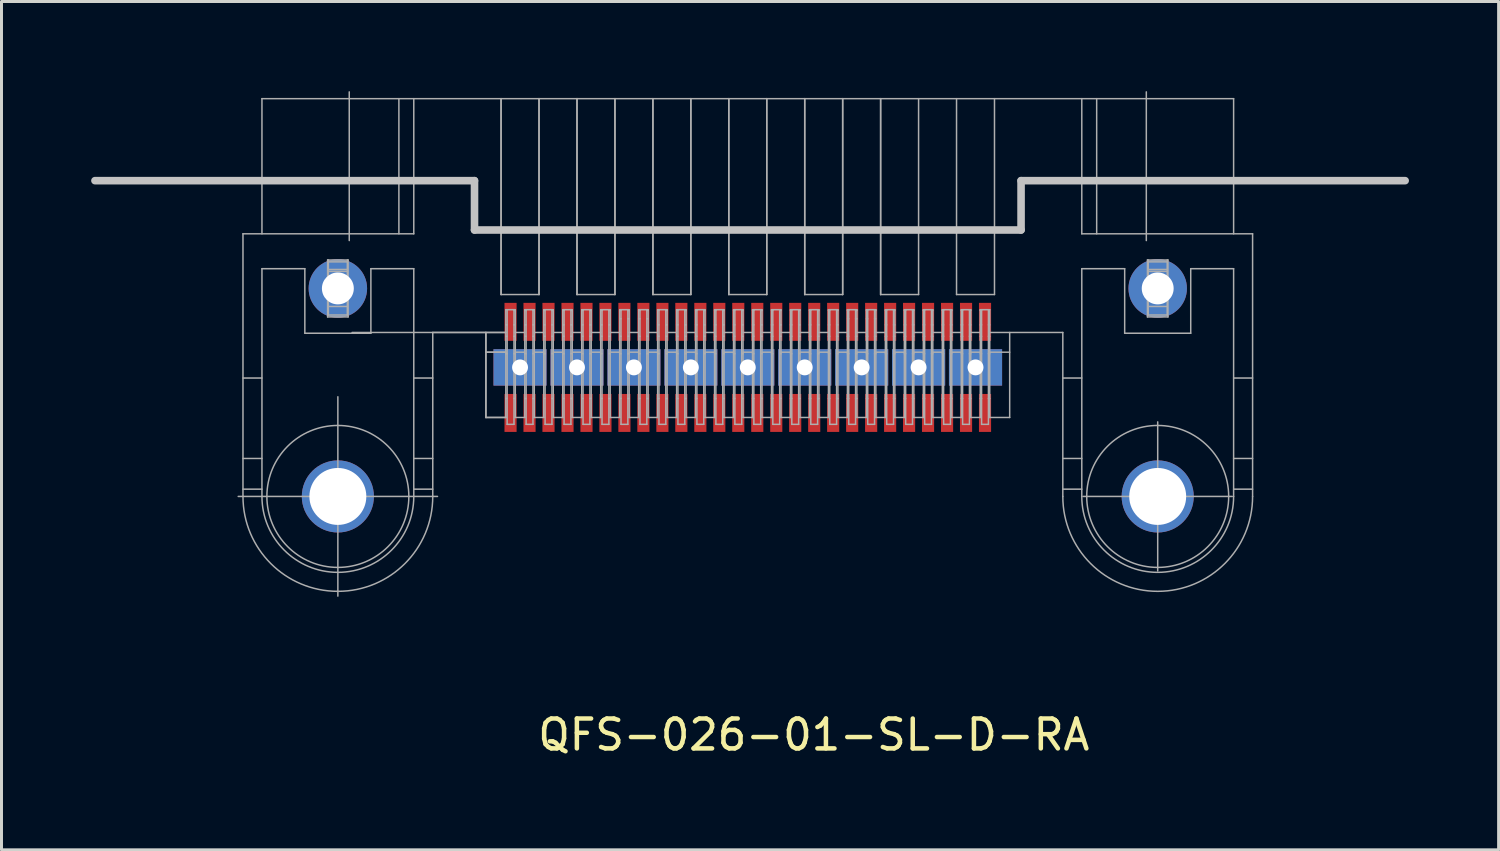
<source format=kicad_pcb>
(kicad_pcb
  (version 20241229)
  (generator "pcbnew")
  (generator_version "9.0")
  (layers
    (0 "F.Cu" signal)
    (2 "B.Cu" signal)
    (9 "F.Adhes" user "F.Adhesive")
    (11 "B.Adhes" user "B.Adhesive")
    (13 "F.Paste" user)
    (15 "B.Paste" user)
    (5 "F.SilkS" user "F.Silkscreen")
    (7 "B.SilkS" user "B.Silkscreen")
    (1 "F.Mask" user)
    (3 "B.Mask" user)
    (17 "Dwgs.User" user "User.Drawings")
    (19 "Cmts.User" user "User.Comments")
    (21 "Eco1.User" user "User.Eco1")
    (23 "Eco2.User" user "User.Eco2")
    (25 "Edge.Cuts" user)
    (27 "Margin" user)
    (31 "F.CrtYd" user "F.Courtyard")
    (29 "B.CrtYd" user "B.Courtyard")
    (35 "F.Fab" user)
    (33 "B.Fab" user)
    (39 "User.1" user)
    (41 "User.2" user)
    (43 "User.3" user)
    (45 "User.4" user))
  (footprint "QFS-026-01-SL-D-RA"
    (layer "F.Cu")
    (at 21.971 9.243)
    (property "Reference" "QFS-026-01-SL-D-RA" (at 2.21 12.294 180) (layer "F.SilkS") (effects (font (size 1 1) (thickness 0.15))))
    (attr smd)
    (fp_line (start -21.844 -6.248) (end -9.144 -6.248) (stroke (width 0.254) (type solid)) (layer "Dwgs.User"))
    (fp_line (start -9.144 -6.248) (end -9.144 -4.597) (stroke (width 0.254) (type solid)) (layer "Dwgs.User"))
    (fp_line (start -9.144 -4.597) (end 9.144 -4.597) (stroke (width 0.254) (type solid)) (layer "Dwgs.User"))
    (fp_line (start 9.144 -6.248) (end 9.144 -4.597) (stroke (width 0.254) (type solid)) (layer "Dwgs.User"))
    (fp_line (start 9.144 -6.248) (end 21.996 -6.248) (stroke (width 0.254) (type solid)) (layer "Dwgs.User"))
    (fp_line (start -16.891 -4.47) (end -11.176 -4.47) (stroke (width 0.05) (type solid)) (layer "F.Fab"))
    (fp_line (start -16.891 0.356) (end -16.256 0.356) (stroke (width 0.05) (type solid)) (layer "F.Fab"))
    (fp_line (start -16.891 3.048) (end -16.256 3.048) (stroke (width 0.05) (type solid)) (layer "F.Fab"))
    (fp_line (start -16.891 4.075) (end -16.256 4.075) (stroke (width 0.05) (type solid)) (layer "F.Fab"))
    (fp_line (start -16.891 4.318) (end -16.891 -4.47) (stroke (width 0.05) (type solid)) (layer "F.Fab"))
    (fp_line (start -16.256 -8.992) (end -16.256 -4.47) (stroke (width 0.05) (type solid)) (layer "F.Fab"))
    (fp_line (start -16.256 -8.992) (end 16.256 -8.992) (stroke (width 0.05) (type solid)) (layer "F.Fab"))
    (fp_line (start -16.256 -3.302) (end -16.256 4.318) (stroke (width 0.05) (type solid)) (layer "F.Fab"))
    (fp_line (start -14.821 -3.302) (end -16.256 -3.302) (stroke (width 0.05) (type solid)) (layer "F.Fab"))
    (fp_line (start -14.821 -1.143) (end -14.821 -3.302) (stroke (width 0.05) (type solid)) (layer "F.Fab"))
    (fp_line (start -14.059 -3.594) (end -13.373 -3.594) (stroke (width 0.05) (type solid)) (layer "F.Fab"))
    (fp_line (start -14.059 -2.985) (end -13.399 -2.959) (stroke (width 0.05) (type solid)) (layer "F.Fab"))
    (fp_line (start -14.059 -2.299) (end -14.034 -2.299) (stroke (width 0.05) (type solid)) (layer "F.Fab"))
    (fp_line (start -14.059 -1.689) (end -14.059 -3.594) (stroke (width 0.05) (type solid)) (layer "F.Fab"))
    (fp_line (start -14.059 -1.689) (end -13.373 -1.689) (stroke (width 0.05) (type solid)) (layer "F.Fab"))
    (fp_line (start -14.034 -3.531) (end -13.399 -3.531) (stroke (width 0.05) (type solid)) (layer "F.Fab"))
    (fp_line (start -14.034 -3.277) (end -13.399 -3.277) (stroke (width 0.05) (type solid)) (layer "F.Fab"))
    (fp_line (start -14.034 -3.213) (end -13.399 -3.213) (stroke (width 0.05) (type solid)) (layer "F.Fab"))
    (fp_line (start -14.034 -2.324) (end -13.399 -2.324) (stroke (width 0.05) (type solid)) (layer "F.Fab"))
    (fp_line (start -14.034 -2.038) (end -13.399 -2.038) (stroke (width 0.05) (type solid)) (layer "F.Fab"))
    (fp_line (start -14.034 -1.753) (end -14.034 -3.594) (stroke (width 0.05) (type solid)) (layer "F.Fab"))
    (fp_line (start -14.034 -1.753) (end -13.399 -1.753) (stroke (width 0.05) (type solid)) (layer "F.Fab"))
    (fp_line (start -13.716 0.984) (end -13.716 7.652) (stroke (width 0.05) (type solid)) (layer "F.Fab"))
    (fp_line (start -13.399 -1.753) (end -13.399 -3.594) (stroke (width 0.05) (type solid)) (layer "F.Fab"))
    (fp_line (start -13.373 -1.689) (end -13.373 -3.594) (stroke (width 0.05) (type solid)) (layer "F.Fab"))
    (fp_line (start -13.335 -9.218) (end -13.335 -4.244) (stroke (width 0.05) (type solid)) (layer "F.Fab"))
    (fp_line (start -13.24 -1.168) (end -8.096 -1.168) (stroke (width 0.05) (type solid)) (layer "F.Fab"))
    (fp_line (start -12.611 -3.302) (end -12.611 -1.143) (stroke (width 0.05) (type solid)) (layer "F.Fab"))
    (fp_line (start -12.611 -1.143) (end -14.821 -1.143) (stroke (width 0.05) (type solid)) (layer "F.Fab"))
    (fp_line (start -11.674 -8.992) (end -11.674 -4.47) (stroke (width 0.05) (type solid)) (layer "F.Fab"))
    (fp_line (start -11.176 -8.992) (end -11.176 -4.47) (stroke (width 0.05) (type solid)) (layer "F.Fab"))
    (fp_line (start -11.176 -3.302) (end -12.611 -3.302) (stroke (width 0.05) (type solid)) (layer "F.Fab"))
    (fp_line (start -11.176 -3.302) (end -11.176 4.318) (stroke (width 0.05) (type solid)) (layer "F.Fab"))
    (fp_line (start -11.176 0.356) (end -10.541 0.356) (stroke (width 0.05) (type solid)) (layer "F.Fab"))
    (fp_line (start -11.176 3.048) (end -10.541 3.048) (stroke (width 0.05) (type solid)) (layer "F.Fab"))
    (fp_line (start -11.176 4.075) (end -10.541 4.075) (stroke (width 0.05) (type solid)) (layer "F.Fab"))
    (fp_line (start -10.541 -1.168) (end -10.541 4.318) (stroke (width 0.05) (type solid)) (layer "F.Fab"))
    (fp_line (start -10.541 -1.168) (end -8.096 -1.168) (stroke (width 0.05) (type solid)) (layer "F.Fab"))
    (fp_line (start -10.382 4.318) (end -17.05 4.318) (stroke (width 0.05) (type solid)) (layer "F.Fab"))
    (fp_line (start -8.763 -0.508) (end -8.096 -0.508) (stroke (width 0.05) (type solid)) (layer "F.Fab"))
    (fp_line (start -8.763 -0.508) (end -8.096 -0.508) (stroke (width 0.05) (type solid)) (layer "F.Fab"))
    (fp_line (start -8.763 1.676) (end -8.763 -1.168) (stroke (width 0.05) (type solid)) (layer "F.Fab"))
    (fp_line (start -8.763 1.676) (end -8.763 -1.168) (stroke (width 0.05) (type solid)) (layer "F.Fab"))
    (fp_line (start -8.763 1.676) (end -8.096 1.676) (stroke (width 0.05) (type solid)) (layer "F.Fab"))
    (fp_line (start -8.763 1.676) (end -8.096 1.676) (stroke (width 0.05) (type solid)) (layer "F.Fab"))
    (fp_line (start -8.255 -2.438) (end -8.255 -8.992) (stroke (width 0.05) (type solid)) (layer "F.Fab"))
    (fp_line (start -8.255 -2.438) (end -8.255 -8.992) (stroke (width 0.05) (type solid)) (layer "F.Fab"))
    (fp_line (start -8.255 -2.438) (end -6.985 -2.438) (stroke (width 0.05) (type solid)) (layer "F.Fab"))
    (fp_line (start -8.096 -1.93) (end -7.779 -1.93) (stroke (width 0.05) (type solid)) (layer "F.Fab"))
    (fp_line (start -8.096 -1.041) (end -8.052 -1.041) (stroke (width 0.05) (type solid)) (layer "F.Fab"))
    (fp_line (start -8.096 -0.457) (end -8.052 -0.457) (stroke (width 0.05) (type solid)) (layer "F.Fab"))
    (fp_line (start -8.096 1.041) (end -8.052 1.041) (stroke (width 0.05) (type solid)) (layer "F.Fab"))
    (fp_line (start -8.096 1.676) (end -8.096 -1.93) (stroke (width 0.05) (type solid)) (layer "F.Fab"))
    (fp_line (start -8.052 -1.423) (end -8.096 -1.423) (stroke (width 0.05) (type solid)) (layer "F.Fab"))
    (fp_line (start -8.052 1.905) (end -8.052 -1.93) (stroke (width 0.05) (type solid)) (layer "F.Fab"))
    (fp_line (start -8.052 1.905) (end -7.823 1.905) (stroke (width 0.05) (type solid)) (layer "F.Fab"))
    (fp_line (start -7.823 -1.905) (end -7.823 1.905) (stroke (width 0.05) (type solid)) (layer "F.Fab"))
    (fp_line (start -7.823 -1.041) (end -7.779 -1.041) (stroke (width 0.05) (type solid)) (layer "F.Fab"))
    (fp_line (start -7.823 -0.457) (end -7.779 -0.457) (stroke (width 0.05) (type solid)) (layer "F.Fab"))
    (fp_line (start -7.823 1.041) (end -7.779 1.041) (stroke (width 0.05) (type solid)) (layer "F.Fab"))
    (fp_line (start -7.779 -1.905) (end -7.823 -1.905) (stroke (width 0.05) (type solid)) (layer "F.Fab"))
    (fp_line (start -7.779 -1.423) (end -7.823 -1.423) (stroke (width 0.05) (type solid)) (layer "F.Fab"))
    (fp_line (start -7.779 -1.168) (end -7.461 -1.168) (stroke (width 0.05) (type solid)) (layer "F.Fab"))
    (fp_line (start -7.779 -0.508) (end -7.461 -0.508) (stroke (width 0.05) (type solid)) (layer "F.Fab"))
    (fp_line (start -7.779 1.676) (end -7.779 -1.93) (stroke (width 0.05) (type solid)) (layer "F.Fab"))
    (fp_line (start -7.779 1.676) (end -7.461 1.676) (stroke (width 0.05) (type solid)) (layer "F.Fab"))
    (fp_line (start -7.461 -1.93) (end -7.144 -1.93) (stroke (width 0.05) (type solid)) (layer "F.Fab"))
    (fp_line (start -7.461 -1.041) (end -7.417 -1.041) (stroke (width 0.05) (type solid)) (layer "F.Fab"))
    (fp_line (start -7.461 -0.457) (end -7.417 -0.457) (stroke (width 0.05) (type solid)) (layer "F.Fab"))
    (fp_line (start -7.461 1.041) (end -7.417 1.041) (stroke (width 0.05) (type solid)) (layer "F.Fab"))
    (fp_line (start -7.461 1.676) (end -7.461 -1.93) (stroke (width 0.05) (type solid)) (layer "F.Fab"))
    (fp_line (start -7.417 -1.905) (end -7.461 -1.905) (stroke (width 0.05) (type solid)) (layer "F.Fab"))
    (fp_line (start -7.417 -1.423) (end -7.461 -1.423) (stroke (width 0.05) (type solid)) (layer "F.Fab"))
    (fp_line (start -7.417 1.905) (end -7.417 -1.905) (stroke (width 0.05) (type solid)) (layer "F.Fab"))
    (fp_line (start -7.417 1.905) (end -7.188 1.905) (stroke (width 0.05) (type solid)) (layer "F.Fab"))
    (fp_line (start -7.188 -1.905) (end -7.188 1.905) (stroke (width 0.05) (type solid)) (layer "F.Fab"))
    (fp_line (start -7.188 -1.041) (end -7.144 -1.041) (stroke (width 0.05) (type solid)) (layer "F.Fab"))
    (fp_line (start -7.188 -0.457) (end -7.144 -0.457) (stroke (width 0.05) (type solid)) (layer "F.Fab"))
    (fp_line (start -7.188 1.041) (end -7.144 1.041) (stroke (width 0.05) (type solid)) (layer "F.Fab"))
    (fp_line (start -7.144 -1.905) (end -7.188 -1.905) (stroke (width 0.05) (type solid)) (layer "F.Fab"))
    (fp_line (start -7.144 -1.423) (end -7.188 -1.423) (stroke (width 0.05) (type solid)) (layer "F.Fab"))
    (fp_line (start -7.144 -1.168) (end -6.826 -1.168) (stroke (width 0.05) (type solid)) (layer "F.Fab"))
    (fp_line (start -7.144 -0.508) (end -6.826 -0.508) (stroke (width 0.05) (type solid)) (layer "F.Fab"))
    (fp_line (start -7.144 1.676) (end -7.144 -1.93) (stroke (width 0.05) (type solid)) (layer "F.Fab"))
    (fp_line (start -7.144 1.676) (end -6.826 1.676) (stroke (width 0.05) (type solid)) (layer "F.Fab"))
    (fp_line (start -6.985 -2.438) (end -6.985 -8.992) (stroke (width 0.05) (type solid)) (layer "F.Fab"))
    (fp_line (start -6.985 -2.438) (end -6.985 -8.992) (stroke (width 0.05) (type solid)) (layer "F.Fab"))
    (fp_line (start -6.826 -1.93) (end -6.509 -1.93) (stroke (width 0.05) (type solid)) (layer "F.Fab"))
    (fp_line (start -6.826 -1.041) (end -6.782 -1.041) (stroke (width 0.05) (type solid)) (layer "F.Fab"))
    (fp_line (start -6.826 -0.457) (end -6.782 -0.457) (stroke (width 0.05) (type solid)) (layer "F.Fab"))
    (fp_line (start -6.826 1.041) (end -6.782 1.041) (stroke (width 0.05) (type solid)) (layer "F.Fab"))
    (fp_line (start -6.826 1.676) (end -6.826 -1.93) (stroke (width 0.05) (type solid)) (layer "F.Fab"))
    (fp_line (start -6.782 -1.905) (end -6.826 -1.905) (stroke (width 0.05) (type solid)) (layer "F.Fab"))
    (fp_line (start -6.782 -1.423) (end -6.826 -1.423) (stroke (width 0.05) (type solid)) (layer "F.Fab"))
    (fp_line (start -6.782 1.905) (end -6.782 -1.905) (stroke (width 0.05) (type solid)) (layer "F.Fab"))
    (fp_line (start -6.782 1.905) (end -6.553 1.905) (stroke (width 0.05) (type solid)) (layer "F.Fab"))
    (fp_line (start -6.553 -1.905) (end -6.553 1.905) (stroke (width 0.05) (type solid)) (layer "F.Fab"))
    (fp_line (start -6.553 -1.041) (end -6.509 -1.041) (stroke (width 0.05) (type solid)) (layer "F.Fab"))
    (fp_line (start -6.553 -0.457) (end -6.509 -0.457) (stroke (width 0.05) (type solid)) (layer "F.Fab"))
    (fp_line (start -6.553 1.041) (end -6.509 1.041) (stroke (width 0.05) (type solid)) (layer "F.Fab"))
    (fp_line (start -6.509 -1.905) (end -6.553 -1.905) (stroke (width 0.05) (type solid)) (layer "F.Fab"))
    (fp_line (start -6.509 -1.423) (end -6.553 -1.423) (stroke (width 0.05) (type solid)) (layer "F.Fab"))
    (fp_line (start -6.509 -1.168) (end -6.191 -1.168) (stroke (width 0.05) (type solid)) (layer "F.Fab"))
    (fp_line (start -6.509 -0.508) (end -6.191 -0.508) (stroke (width 0.05) (type solid)) (layer "F.Fab"))
    (fp_line (start -6.509 1.676) (end -6.509 -1.93) (stroke (width 0.05) (type solid)) (layer "F.Fab"))
    (fp_line (start -6.509 1.676) (end -6.191 1.676) (stroke (width 0.05) (type solid)) (layer "F.Fab"))
    (fp_line (start -6.191 -1.93) (end -5.874 -1.93) (stroke (width 0.05) (type solid)) (layer "F.Fab"))
    (fp_line (start -6.191 -1.041) (end -6.147 -1.041) (stroke (width 0.05) (type solid)) (layer "F.Fab"))
    (fp_line (start -6.191 -0.457) (end -6.147 -0.457) (stroke (width 0.05) (type solid)) (layer "F.Fab"))
    (fp_line (start -6.191 1.041) (end -6.147 1.041) (stroke (width 0.05) (type solid)) (layer "F.Fab"))
    (fp_line (start -6.191 1.676) (end -6.191 -1.93) (stroke (width 0.05) (type solid)) (layer "F.Fab"))
    (fp_line (start -6.147 -1.905) (end -6.191 -1.905) (stroke (width 0.05) (type solid)) (layer "F.Fab"))
    (fp_line (start -6.147 -1.423) (end -6.191 -1.423) (stroke (width 0.05) (type solid)) (layer "F.Fab"))
    (fp_line (start -6.147 1.905) (end -6.147 -1.905) (stroke (width 0.05) (type solid)) (layer "F.Fab"))
    (fp_line (start -6.147 1.905) (end -5.918 1.905) (stroke (width 0.05) (type solid)) (layer "F.Fab"))
    (fp_line (start -5.918 -1.905) (end -5.918 1.905) (stroke (width 0.05) (type solid)) (layer "F.Fab"))
    (fp_line (start -5.918 -1.041) (end -5.874 -1.041) (stroke (width 0.05) (type solid)) (layer "F.Fab"))
    (fp_line (start -5.918 -0.457) (end -5.874 -0.457) (stroke (width 0.05) (type solid)) (layer "F.Fab"))
    (fp_line (start -5.918 1.041) (end -5.874 1.041) (stroke (width 0.05) (type solid)) (layer "F.Fab"))
    (fp_line (start -5.874 -1.905) (end -5.918 -1.905) (stroke (width 0.05) (type solid)) (layer "F.Fab"))
    (fp_line (start -5.874 -1.423) (end -5.918 -1.423) (stroke (width 0.05) (type solid)) (layer "F.Fab"))
    (fp_line (start -5.874 -1.168) (end -5.556 -1.168) (stroke (width 0.05) (type solid)) (layer "F.Fab"))
    (fp_line (start -5.874 -0.508) (end -5.556 -0.508) (stroke (width 0.05) (type solid)) (layer "F.Fab"))
    (fp_line (start -5.874 1.676) (end -5.874 -1.93) (stroke (width 0.05) (type solid)) (layer "F.Fab"))
    (fp_line (start -5.874 1.676) (end -5.556 1.676) (stroke (width 0.05) (type solid)) (layer "F.Fab"))
    (fp_line (start -5.715 -2.438) (end -5.715 -8.992) (stroke (width 0.05) (type solid)) (layer "F.Fab"))
    (fp_line (start -5.715 -2.438) (end -5.715 -8.992) (stroke (width 0.05) (type solid)) (layer "F.Fab"))
    (fp_line (start -5.715 -2.438) (end -4.445 -2.438) (stroke (width 0.05) (type solid)) (layer "F.Fab"))
    (fp_line (start -5.556 -1.93) (end -5.239 -1.93) (stroke (width 0.05) (type solid)) (layer "F.Fab"))
    (fp_line (start -5.556 -1.041) (end -5.512 -1.041) (stroke (width 0.05) (type solid)) (layer "F.Fab"))
    (fp_line (start -5.556 -0.457) (end -5.512 -0.457) (stroke (width 0.05) (type solid)) (layer "F.Fab"))
    (fp_line (start -5.556 1.041) (end -5.512 1.041) (stroke (width 0.05) (type solid)) (layer "F.Fab"))
    (fp_line (start -5.556 1.676) (end -5.556 -1.93) (stroke (width 0.05) (type solid)) (layer "F.Fab"))
    (fp_line (start -5.512 -1.905) (end -5.556 -1.905) (stroke (width 0.05) (type solid)) (layer "F.Fab"))
    (fp_line (start -5.512 -1.423) (end -5.556 -1.423) (stroke (width 0.05) (type solid)) (layer "F.Fab"))
    (fp_line (start -5.512 1.905) (end -5.512 -1.905) (stroke (width 0.05) (type solid)) (layer "F.Fab"))
    (fp_line (start -5.512 1.905) (end -5.283 1.905) (stroke (width 0.05) (type solid)) (layer "F.Fab"))
    (fp_line (start -5.283 -1.905) (end -5.283 1.905) (stroke (width 0.05) (type solid)) (layer "F.Fab"))
    (fp_line (start -5.283 -1.041) (end -5.239 -1.041) (stroke (width 0.05) (type solid)) (layer "F.Fab"))
    (fp_line (start -5.283 -0.457) (end -5.239 -0.457) (stroke (width 0.05) (type solid)) (layer "F.Fab"))
    (fp_line (start -5.283 1.041) (end -5.239 1.041) (stroke (width 0.05) (type solid)) (layer "F.Fab"))
    (fp_line (start -5.239 -1.905) (end -5.283 -1.905) (stroke (width 0.05) (type solid)) (layer "F.Fab"))
    (fp_line (start -5.239 -1.423) (end -5.283 -1.423) (stroke (width 0.05) (type solid)) (layer "F.Fab"))
    (fp_line (start -5.239 -1.168) (end -4.921 -1.168) (stroke (width 0.05) (type solid)) (layer "F.Fab"))
    (fp_line (start -5.239 -0.508) (end -4.921 -0.508) (stroke (width 0.05) (type solid)) (layer "F.Fab"))
    (fp_line (start -5.239 1.676) (end -5.239 -1.93) (stroke (width 0.05) (type solid)) (layer "F.Fab"))
    (fp_line (start -5.239 1.676) (end -4.921 1.676) (stroke (width 0.05) (type solid)) (layer "F.Fab"))
    (fp_line (start -4.921 -1.93) (end -4.604 -1.93) (stroke (width 0.05) (type solid)) (layer "F.Fab"))
    (fp_line (start -4.921 -1.041) (end -4.877 -1.041) (stroke (width 0.05) (type solid)) (layer "F.Fab"))
    (fp_line (start -4.921 -0.457) (end -4.877 -0.457) (stroke (width 0.05) (type solid)) (layer "F.Fab"))
    (fp_line (start -4.921 1.041) (end -4.877 1.041) (stroke (width 0.05) (type solid)) (layer "F.Fab"))
    (fp_line (start -4.921 1.676) (end -4.921 -1.93) (stroke (width 0.05) (type solid)) (layer "F.Fab"))
    (fp_line (start -4.877 -1.905) (end -4.921 -1.905) (stroke (width 0.05) (type solid)) (layer "F.Fab"))
    (fp_line (start -4.877 -1.423) (end -4.921 -1.423) (stroke (width 0.05) (type solid)) (layer "F.Fab"))
    (fp_line (start -4.877 1.905) (end -4.877 -1.905) (stroke (width 0.05) (type solid)) (layer "F.Fab"))
    (fp_line (start -4.877 1.905) (end -4.648 1.905) (stroke (width 0.05) (type solid)) (layer "F.Fab"))
    (fp_line (start -4.648 -1.905) (end -4.648 1.905) (stroke (width 0.05) (type solid)) (layer "F.Fab"))
    (fp_line (start -4.648 -1.041) (end -4.604 -1.041) (stroke (width 0.05) (type solid)) (layer "F.Fab"))
    (fp_line (start -4.648 -0.457) (end -4.604 -0.457) (stroke (width 0.05) (type solid)) (layer "F.Fab"))
    (fp_line (start -4.648 1.041) (end -4.604 1.041) (stroke (width 0.05) (type solid)) (layer "F.Fab"))
    (fp_line (start -4.604 -1.905) (end -4.648 -1.905) (stroke (width 0.05) (type solid)) (layer "F.Fab"))
    (fp_line (start -4.604 -1.423) (end -4.648 -1.423) (stroke (width 0.05) (type solid)) (layer "F.Fab"))
    (fp_line (start -4.604 -1.168) (end -4.286 -1.168) (stroke (width 0.05) (type solid)) (layer "F.Fab"))
    (fp_line (start -4.604 -0.508) (end -4.286 -0.508) (stroke (width 0.05) (type solid)) (layer "F.Fab"))
    (fp_line (start -4.604 1.676) (end -4.604 -1.93) (stroke (width 0.05) (type solid)) (layer "F.Fab"))
    (fp_line (start -4.604 1.676) (end -4.286 1.676) (stroke (width 0.05) (type solid)) (layer "F.Fab"))
    (fp_line (start -4.445 -2.438) (end -4.445 -8.992) (stroke (width 0.05) (type solid)) (layer "F.Fab"))
    (fp_line (start -4.445 -2.438) (end -4.445 -8.992) (stroke (width 0.05) (type solid)) (layer "F.Fab"))
    (fp_line (start -4.286 -1.93) (end -3.969 -1.93) (stroke (width 0.05) (type solid)) (layer "F.Fab"))
    (fp_line (start -4.286 -1.041) (end -4.242 -1.041) (stroke (width 0.05) (type solid)) (layer "F.Fab"))
    (fp_line (start -4.286 -0.457) (end -4.242 -0.457) (stroke (width 0.05) (type solid)) (layer "F.Fab"))
    (fp_line (start -4.286 1.041) (end -4.242 1.041) (stroke (width 0.05) (type solid)) (layer "F.Fab"))
    (fp_line (start -4.286 1.676) (end -4.286 -1.93) (stroke (width 0.05) (type solid)) (layer "F.Fab"))
    (fp_line (start -4.242 -1.905) (end -4.286 -1.905) (stroke (width 0.05) (type solid)) (layer "F.Fab"))
    (fp_line (start -4.242 -1.626) (end -4.28 -1.626) (stroke (width 0.05) (type solid)) (layer "F.Fab"))
    (fp_line (start -4.242 1.905) (end -4.242 -1.905) (stroke (width 0.05) (type solid)) (layer "F.Fab"))
    (fp_line (start -4.242 1.905) (end -4.013 1.905) (stroke (width 0.05) (type solid)) (layer "F.Fab"))
    (fp_line (start -4.013 -1.905) (end -4.013 1.905) (stroke (width 0.05) (type solid)) (layer "F.Fab"))
    (fp_line (start -4.013 -1.041) (end -3.969 -1.041) (stroke (width 0.05) (type solid)) (layer "F.Fab"))
    (fp_line (start -4.013 -0.457) (end -3.969 -0.457) (stroke (width 0.05) (type solid)) (layer "F.Fab"))
    (fp_line (start -4.013 1.041) (end -3.969 1.041) (stroke (width 0.05) (type solid)) (layer "F.Fab"))
    (fp_line (start -3.969 -1.905) (end -4.013 -1.905) (stroke (width 0.05) (type solid)) (layer "F.Fab"))
    (fp_line (start -3.969 -1.626) (end -4.013 -1.626) (stroke (width 0.05) (type solid)) (layer "F.Fab"))
    (fp_line (start -3.969 -1.168) (end -3.651 -1.168) (stroke (width 0.05) (type solid)) (layer "F.Fab"))
    (fp_line (start -3.969 -0.508) (end -3.651 -0.508) (stroke (width 0.05) (type solid)) (layer "F.Fab"))
    (fp_line (start -3.969 1.676) (end -3.969 -1.93) (stroke (width 0.05) (type solid)) (layer "F.Fab"))
    (fp_line (start -3.969 1.676) (end -3.651 1.676) (stroke (width 0.05) (type solid)) (layer "F.Fab"))
    (fp_line (start -3.651 -1.93) (end -3.334 -1.93) (stroke (width 0.05) (type solid)) (layer "F.Fab"))
    (fp_line (start -3.651 -1.041) (end -3.607 -1.041) (stroke (width 0.05) (type solid)) (layer "F.Fab"))
    (fp_line (start -3.651 -0.457) (end -3.607 -0.457) (stroke (width 0.05) (type solid)) (layer "F.Fab"))
    (fp_line (start -3.651 1.041) (end -3.607 1.041) (stroke (width 0.05) (type solid)) (layer "F.Fab"))
    (fp_line (start -3.651 1.676) (end -3.651 -1.93) (stroke (width 0.05) (type solid)) (layer "F.Fab"))
    (fp_line (start -3.607 -1.905) (end -3.651 -1.905) (stroke (width 0.05) (type solid)) (layer "F.Fab"))
    (fp_line (start -3.607 -1.626) (end -3.651 -1.626) (stroke (width 0.05) (type solid)) (layer "F.Fab"))
    (fp_line (start -3.607 1.905) (end -3.607 -1.905) (stroke (width 0.05) (type solid)) (layer "F.Fab"))
    (fp_line (start -3.607 1.905) (end -3.378 1.905) (stroke (width 0.05) (type solid)) (layer "F.Fab"))
    (fp_line (start -3.378 -1.905) (end -3.378 1.905) (stroke (width 0.05) (type solid)) (layer "F.Fab"))
    (fp_line (start -3.378 -1.041) (end -3.334 -1.041) (stroke (width 0.05) (type solid)) (layer "F.Fab"))
    (fp_line (start -3.378 -0.457) (end -3.334 -0.457) (stroke (width 0.05) (type solid)) (layer "F.Fab"))
    (fp_line (start -3.378 1.041) (end -3.334 1.041) (stroke (width 0.05) (type solid)) (layer "F.Fab"))
    (fp_line (start -3.341 -1.626) (end -3.378 -1.626) (stroke (width 0.05) (type solid)) (layer "F.Fab"))
    (fp_line (start -3.334 -1.905) (end -3.378 -1.905) (stroke (width 0.05) (type solid)) (layer "F.Fab"))
    (fp_line (start -3.334 -1.168) (end -3.016 -1.168) (stroke (width 0.05) (type solid)) (layer "F.Fab"))
    (fp_line (start -3.334 -0.508) (end -3.016 -0.508) (stroke (width 0.05) (type solid)) (layer "F.Fab"))
    (fp_line (start -3.334 1.676) (end -3.334 -1.93) (stroke (width 0.05) (type solid)) (layer "F.Fab"))
    (fp_line (start -3.334 1.676) (end -3.016 1.676) (stroke (width 0.05) (type solid)) (layer "F.Fab"))
    (fp_line (start -3.175 -2.438) (end -3.175 -8.992) (stroke (width 0.05) (type solid)) (layer "F.Fab"))
    (fp_line (start -3.175 -2.438) (end -3.175 -8.992) (stroke (width 0.05) (type solid)) (layer "F.Fab"))
    (fp_line (start -3.175 -2.438) (end -1.905 -2.438) (stroke (width 0.05) (type solid)) (layer "F.Fab"))
    (fp_line (start -3.016 -1.93) (end -2.699 -1.93) (stroke (width 0.05) (type solid)) (layer "F.Fab"))
    (fp_line (start -3.016 -1.041) (end -2.972 -1.041) (stroke (width 0.05) (type solid)) (layer "F.Fab"))
    (fp_line (start -3.016 -0.457) (end -2.972 -0.457) (stroke (width 0.05) (type solid)) (layer "F.Fab"))
    (fp_line (start -3.016 1.041) (end -2.972 1.041) (stroke (width 0.05) (type solid)) (layer "F.Fab"))
    (fp_line (start -3.016 1.676) (end -3.016 -1.93) (stroke (width 0.05) (type solid)) (layer "F.Fab"))
    (fp_line (start -2.972 -1.905) (end -3.016 -1.905) (stroke (width 0.05) (type solid)) (layer "F.Fab"))
    (fp_line (start -2.972 -1.423) (end -3.016 -1.423) (stroke (width 0.05) (type solid)) (layer "F.Fab"))
    (fp_line (start -2.972 1.905) (end -2.972 -1.905) (stroke (width 0.05) (type solid)) (layer "F.Fab"))
    (fp_line (start -2.972 1.905) (end -2.743 1.905) (stroke (width 0.05) (type solid)) (layer "F.Fab"))
    (fp_line (start -2.743 -1.905) (end -2.743 1.905) (stroke (width 0.05) (type solid)) (layer "F.Fab"))
    (fp_line (start -2.743 -1.041) (end -2.699 -1.041) (stroke (width 0.05) (type solid)) (layer "F.Fab"))
    (fp_line (start -2.743 -0.457) (end -2.699 -0.457) (stroke (width 0.05) (type solid)) (layer "F.Fab"))
    (fp_line (start -2.743 1.041) (end -2.699 1.041) (stroke (width 0.05) (type solid)) (layer "F.Fab"))
    (fp_line (start -2.699 -1.905) (end -2.743 -1.905) (stroke (width 0.05) (type solid)) (layer "F.Fab"))
    (fp_line (start -2.699 -1.423) (end -2.743 -1.423) (stroke (width 0.05) (type solid)) (layer "F.Fab"))
    (fp_line (start -2.699 -1.168) (end -2.381 -1.168) (stroke (width 0.05) (type solid)) (layer "F.Fab"))
    (fp_line (start -2.699 -0.508) (end -2.381 -0.508) (stroke (width 0.05) (type solid)) (layer "F.Fab"))
    (fp_line (start -2.699 1.676) (end -2.699 -1.93) (stroke (width 0.05) (type solid)) (layer "F.Fab"))
    (fp_line (start -2.699 1.676) (end -2.381 1.676) (stroke (width 0.05) (type solid)) (layer "F.Fab"))
    (fp_line (start -2.381 -1.93) (end -2.064 -1.93) (stroke (width 0.05) (type solid)) (layer "F.Fab"))
    (fp_line (start -2.381 -1.041) (end -2.337 -1.041) (stroke (width 0.05) (type solid)) (layer "F.Fab"))
    (fp_line (start -2.381 -0.457) (end -2.337 -0.457) (stroke (width 0.05) (type solid)) (layer "F.Fab"))
    (fp_line (start -2.381 1.041) (end -2.337 1.041) (stroke (width 0.05) (type solid)) (layer "F.Fab"))
    (fp_line (start -2.381 1.676) (end -2.381 -1.93) (stroke (width 0.05) (type solid)) (layer "F.Fab"))
    (fp_line (start -2.337 -1.905) (end -2.381 -1.905) (stroke (width 0.05) (type solid)) (layer "F.Fab"))
    (fp_line (start -2.337 -1.423) (end -2.381 -1.423) (stroke (width 0.05) (type solid)) (layer "F.Fab"))
    (fp_line (start -2.337 1.905) (end -2.337 -1.905) (stroke (width 0.05) (type solid)) (layer "F.Fab"))
    (fp_line (start -2.337 1.905) (end -2.108 1.905) (stroke (width 0.05) (type solid)) (layer "F.Fab"))
    (fp_line (start -2.108 -1.905) (end -2.108 1.905) (stroke (width 0.05) (type solid)) (layer "F.Fab"))
    (fp_line (start -2.108 -1.041) (end -2.064 -1.041) (stroke (width 0.05) (type solid)) (layer "F.Fab"))
    (fp_line (start -2.108 -0.457) (end -2.064 -0.457) (stroke (width 0.05) (type solid)) (layer "F.Fab"))
    (fp_line (start -2.108 1.041) (end -2.064 1.041) (stroke (width 0.05) (type solid)) (layer "F.Fab"))
    (fp_line (start -2.064 -1.905) (end -2.108 -1.905) (stroke (width 0.05) (type solid)) (layer "F.Fab"))
    (fp_line (start -2.064 -1.423) (end -2.108 -1.423) (stroke (width 0.05) (type solid)) (layer "F.Fab"))
    (fp_line (start -2.064 -1.168) (end -1.746 -1.168) (stroke (width 0.05) (type solid)) (layer "F.Fab"))
    (fp_line (start -2.064 -0.508) (end -1.746 -0.508) (stroke (width 0.05) (type solid)) (layer "F.Fab"))
    (fp_line (start -2.064 1.676) (end -2.064 -1.93) (stroke (width 0.05) (type solid)) (layer "F.Fab"))
    (fp_line (start -2.064 1.676) (end -1.746 1.676) (stroke (width 0.05) (type solid)) (layer "F.Fab"))
    (fp_line (start -1.905 -2.438) (end -1.905 -8.992) (stroke (width 0.05) (type solid)) (layer "F.Fab"))
    (fp_line (start -1.905 -2.438) (end -1.905 -8.992) (stroke (width 0.05) (type solid)) (layer "F.Fab"))
    (fp_line (start -1.746 -1.93) (end -1.429 -1.93) (stroke (width 0.05) (type solid)) (layer "F.Fab"))
    (fp_line (start -1.746 -1.041) (end -1.702 -1.041) (stroke (width 0.05) (type solid)) (layer "F.Fab"))
    (fp_line (start -1.746 -0.457) (end -1.702 -0.457) (stroke (width 0.05) (type solid)) (layer "F.Fab"))
    (fp_line (start -1.746 1.041) (end -1.702 1.041) (stroke (width 0.05) (type solid)) (layer "F.Fab"))
    (fp_line (start -1.746 1.676) (end -1.746 -1.93) (stroke (width 0.05) (type solid)) (layer "F.Fab"))
    (fp_line (start -1.702 -1.905) (end -1.746 -1.905) (stroke (width 0.05) (type solid)) (layer "F.Fab"))
    (fp_line (start -1.702 -1.423) (end -1.746 -1.423) (stroke (width 0.05) (type solid)) (layer "F.Fab"))
    (fp_line (start -1.702 1.905) (end -1.702 -1.905) (stroke (width 0.05) (type solid)) (layer "F.Fab"))
    (fp_line (start -1.702 1.905) (end -1.473 1.905) (stroke (width 0.05) (type solid)) (layer "F.Fab"))
    (fp_line (start -1.473 -1.905) (end -1.473 1.905) (stroke (width 0.05) (type solid)) (layer "F.Fab"))
    (fp_line (start -1.473 -1.041) (end -1.429 -1.041) (stroke (width 0.05) (type solid)) (layer "F.Fab"))
    (fp_line (start -1.473 -0.457) (end -1.429 -0.457) (stroke (width 0.05) (type solid)) (layer "F.Fab"))
    (fp_line (start -1.473 1.041) (end -1.429 1.041) (stroke (width 0.05) (type solid)) (layer "F.Fab"))
    (fp_line (start -1.429 -1.905) (end -1.473 -1.905) (stroke (width 0.05) (type solid)) (layer "F.Fab"))
    (fp_line (start -1.429 -1.423) (end -1.473 -1.423) (stroke (width 0.05) (type solid)) (layer "F.Fab"))
    (fp_line (start -1.429 -1.168) (end -1.111 -1.168) (stroke (width 0.05) (type solid)) (layer "F.Fab"))
    (fp_line (start -1.429 -0.508) (end -1.111 -0.508) (stroke (width 0.05) (type solid)) (layer "F.Fab"))
    (fp_line (start -1.429 1.676) (end -1.429 -1.93) (stroke (width 0.05) (type solid)) (layer "F.Fab"))
    (fp_line (start -1.429 1.676) (end -1.111 1.676) (stroke (width 0.05) (type solid)) (layer "F.Fab"))
    (fp_line (start -1.111 -1.93) (end -0.794 -1.93) (stroke (width 0.05) (type solid)) (layer "F.Fab"))
    (fp_line (start -1.111 -1.041) (end -1.067 -1.041) (stroke (width 0.05) (type solid)) (layer "F.Fab"))
    (fp_line (start -1.111 -0.457) (end -1.067 -0.457) (stroke (width 0.05) (type solid)) (layer "F.Fab"))
    (fp_line (start -1.111 1.041) (end -1.067 1.041) (stroke (width 0.05) (type solid)) (layer "F.Fab"))
    (fp_line (start -1.111 1.676) (end -1.111 -1.93) (stroke (width 0.05) (type solid)) (layer "F.Fab"))
    (fp_line (start -1.067 -1.905) (end -1.111 -1.905) (stroke (width 0.05) (type solid)) (layer "F.Fab"))
    (fp_line (start -1.067 -1.423) (end -1.111 -1.423) (stroke (width 0.05) (type solid)) (layer "F.Fab"))
    (fp_line (start -1.067 1.905) (end -1.067 -1.905) (stroke (width 0.05) (type solid)) (layer "F.Fab"))
    (fp_line (start -1.067 1.905) (end -0.838 1.905) (stroke (width 0.05) (type solid)) (layer "F.Fab"))
    (fp_line (start -0.838 -1.905) (end -0.838 1.905) (stroke (width 0.05) (type solid)) (layer "F.Fab"))
    (fp_line (start -0.838 -1.041) (end -0.794 -1.041) (stroke (width 0.05) (type solid)) (layer "F.Fab"))
    (fp_line (start -0.838 -0.457) (end -0.794 -0.457) (stroke (width 0.05) (type solid)) (layer "F.Fab"))
    (fp_line (start -0.838 1.041) (end -0.794 1.041) (stroke (width 0.05) (type solid)) (layer "F.Fab"))
    (fp_line (start -0.794 -1.905) (end -0.838 -1.905) (stroke (width 0.05) (type solid)) (layer "F.Fab"))
    (fp_line (start -0.794 -1.423) (end -0.838 -1.423) (stroke (width 0.05) (type solid)) (layer "F.Fab"))
    (fp_line (start -0.794 -1.168) (end -0.476 -1.168) (stroke (width 0.05) (type solid)) (layer "F.Fab"))
    (fp_line (start -0.794 -0.508) (end -0.476 -0.508) (stroke (width 0.05) (type solid)) (layer "F.Fab"))
    (fp_line (start -0.794 1.676) (end -0.794 -1.93) (stroke (width 0.05) (type solid)) (layer "F.Fab"))
    (fp_line (start -0.794 1.676) (end -0.476 1.676) (stroke (width 0.05) (type solid)) (layer "F.Fab"))
    (fp_line (start -0.635 -2.438) (end -0.635 -8.992) (stroke (width 0.05) (type solid)) (layer "F.Fab"))
    (fp_line (start -0.635 -2.438) (end -0.635 -8.992) (stroke (width 0.05) (type solid)) (layer "F.Fab"))
    (fp_line (start -0.635 -2.438) (end 0.635 -2.438) (stroke (width 0.05) (type solid)) (layer "F.Fab"))
    (fp_line (start -0.476 -1.93) (end -0.159 -1.93) (stroke (width 0.05) (type solid)) (layer "F.Fab"))
    (fp_line (start -0.476 -1.041) (end -0.432 -1.041) (stroke (width 0.05) (type solid)) (layer "F.Fab"))
    (fp_line (start -0.476 -0.457) (end -0.432 -0.457) (stroke (width 0.05) (type solid)) (layer "F.Fab"))
    (fp_line (start -0.476 1.041) (end -0.432 1.041) (stroke (width 0.05) (type solid)) (layer "F.Fab"))
    (fp_line (start -0.476 1.676) (end -0.476 -1.93) (stroke (width 0.05) (type solid)) (layer "F.Fab"))
    (fp_line (start -0.432 -1.905) (end -0.476 -1.905) (stroke (width 0.05) (type solid)) (layer "F.Fab"))
    (fp_line (start -0.432 -1.423) (end -0.476 -1.423) (stroke (width 0.05) (type solid)) (layer "F.Fab"))
    (fp_line (start -0.432 1.905) (end -0.432 -1.905) (stroke (width 0.05) (type solid)) (layer "F.Fab"))
    (fp_line (start -0.432 1.905) (end -0.203 1.905) (stroke (width 0.05) (type solid)) (layer "F.Fab"))
    (fp_line (start -0.203 -1.905) (end -0.203 1.905) (stroke (width 0.05) (type solid)) (layer "F.Fab"))
    (fp_line (start -0.203 -1.041) (end -0.159 -1.041) (stroke (width 0.05) (type solid)) (layer "F.Fab"))
    (fp_line (start -0.203 -0.457) (end -0.159 -0.457) (stroke (width 0.05) (type solid)) (layer "F.Fab"))
    (fp_line (start -0.203 1.041) (end -0.159 1.041) (stroke (width 0.05) (type solid)) (layer "F.Fab"))
    (fp_line (start -0.159 -1.905) (end -0.203 -1.905) (stroke (width 0.05) (type solid)) (layer "F.Fab"))
    (fp_line (start -0.159 -1.423) (end -0.203 -1.423) (stroke (width 0.05) (type solid)) (layer "F.Fab"))
    (fp_line (start -0.159 -1.168) (end 0.159 -1.168) (stroke (width 0.05) (type solid)) (layer "F.Fab"))
    (fp_line (start -0.159 -0.508) (end 0.159 -0.508) (stroke (width 0.05) (type solid)) (layer "F.Fab"))
    (fp_line (start -0.159 1.676) (end -0.159 -1.93) (stroke (width 0.05) (type solid)) (layer "F.Fab"))
    (fp_line (start -0.159 1.676) (end 0.159 1.676) (stroke (width 0.05) (type solid)) (layer "F.Fab"))
    (fp_line (start 0.159 -1.93) (end 0.476 -1.93) (stroke (width 0.05) (type solid)) (layer "F.Fab"))
    (fp_line (start 0.159 -1.041) (end 0.203 -1.041) (stroke (width 0.05) (type solid)) (layer "F.Fab"))
    (fp_line (start 0.159 -0.457) (end 0.203 -0.457) (stroke (width 0.05) (type solid)) (layer "F.Fab"))
    (fp_line (start 0.159 1.041) (end 0.203 1.041) (stroke (width 0.05) (type solid)) (layer "F.Fab"))
    (fp_line (start 0.159 1.676) (end 0.159 -1.93) (stroke (width 0.05) (type solid)) (layer "F.Fab"))
    (fp_line (start 0.203 -1.905) (end 0.159 -1.905) (stroke (width 0.05) (type solid)) (layer "F.Fab"))
    (fp_line (start 0.203 -1.423) (end 0.159 -1.423) (stroke (width 0.05) (type solid)) (layer "F.Fab"))
    (fp_line (start 0.203 1.905) (end 0.203 -1.905) (stroke (width 0.05) (type solid)) (layer "F.Fab"))
    (fp_line (start 0.203 1.905) (end 0.432 1.905) (stroke (width 0.05) (type solid)) (layer "F.Fab"))
    (fp_line (start 0.432 -1.905) (end 0.432 1.905) (stroke (width 0.05) (type solid)) (layer "F.Fab"))
    (fp_line (start 0.432 -1.041) (end 0.476 -1.041) (stroke (width 0.05) (type solid)) (layer "F.Fab"))
    (fp_line (start 0.432 -0.457) (end 0.476 -0.457) (stroke (width 0.05) (type solid)) (layer "F.Fab"))
    (fp_line (start 0.432 1.041) (end 0.476 1.041) (stroke (width 0.05) (type solid)) (layer "F.Fab"))
    (fp_line (start 0.476 -1.905) (end 0.432 -1.905) (stroke (width 0.05) (type solid)) (layer "F.Fab"))
    (fp_line (start 0.476 -1.423) (end 0.432 -1.423) (stroke (width 0.05) (type solid)) (layer "F.Fab"))
    (fp_line (start 0.476 -1.168) (end 0.794 -1.168) (stroke (width 0.05) (type solid)) (layer "F.Fab"))
    (fp_line (start 0.476 -0.508) (end 0.794 -0.508) (stroke (width 0.05) (type solid)) (layer "F.Fab"))
    (fp_line (start 0.476 1.676) (end 0.476 -1.93) (stroke (width 0.05) (type solid)) (layer "F.Fab"))
    (fp_line (start 0.476 1.676) (end 0.794 1.676) (stroke (width 0.05) (type solid)) (layer "F.Fab"))
    (fp_line (start 0.635 -2.438) (end 0.635 -8.992) (stroke (width 0.05) (type solid)) (layer "F.Fab"))
    (fp_line (start 0.635 -2.438) (end 0.635 -8.992) (stroke (width 0.05) (type solid)) (layer "F.Fab"))
    (fp_line (start 0.794 -1.93) (end 1.111 -1.93) (stroke (width 0.05) (type solid)) (layer "F.Fab"))
    (fp_line (start 0.794 -1.041) (end 0.838 -1.041) (stroke (width 0.05) (type solid)) (layer "F.Fab"))
    (fp_line (start 0.794 -0.457) (end 0.838 -0.457) (stroke (width 0.05) (type solid)) (layer "F.Fab"))
    (fp_line (start 0.794 1.041) (end 0.838 1.041) (stroke (width 0.05) (type solid)) (layer "F.Fab"))
    (fp_line (start 0.794 1.676) (end 0.794 -1.93) (stroke (width 0.05) (type solid)) (layer "F.Fab"))
    (fp_line (start 0.838 -1.905) (end 0.794 -1.905) (stroke (width 0.05) (type solid)) (layer "F.Fab"))
    (fp_line (start 0.838 -1.423) (end 0.794 -1.423) (stroke (width 0.05) (type solid)) (layer "F.Fab"))
    (fp_line (start 0.838 1.905) (end 0.838 -1.905) (stroke (width 0.05) (type solid)) (layer "F.Fab"))
    (fp_line (start 0.838 1.905) (end 1.067 1.905) (stroke (width 0.05) (type solid)) (layer "F.Fab"))
    (fp_line (start 1.067 -1.905) (end 1.067 1.905) (stroke (width 0.05) (type solid)) (layer "F.Fab"))
    (fp_line (start 1.067 -1.041) (end 1.111 -1.041) (stroke (width 0.05) (type solid)) (layer "F.Fab"))
    (fp_line (start 1.067 -0.457) (end 1.111 -0.457) (stroke (width 0.05) (type solid)) (layer "F.Fab"))
    (fp_line (start 1.067 1.041) (end 1.111 1.041) (stroke (width 0.05) (type solid)) (layer "F.Fab"))
    (fp_line (start 1.111 -1.905) (end 1.067 -1.905) (stroke (width 0.05) (type solid)) (layer "F.Fab"))
    (fp_line (start 1.111 -1.423) (end 1.067 -1.423) (stroke (width 0.05) (type solid)) (layer "F.Fab"))
    (fp_line (start 1.111 -1.168) (end 1.429 -1.168) (stroke (width 0.05) (type solid)) (layer "F.Fab"))
    (fp_line (start 1.111 -0.508) (end 1.429 -0.508) (stroke (width 0.05) (type solid)) (layer "F.Fab"))
    (fp_line (start 1.111 1.676) (end 1.111 -1.93) (stroke (width 0.05) (type solid)) (layer "F.Fab"))
    (fp_line (start 1.111 1.676) (end 1.429 1.676) (stroke (width 0.05) (type solid)) (layer "F.Fab"))
    (fp_line (start 1.429 -1.93) (end 1.746 -1.93) (stroke (width 0.05) (type solid)) (layer "F.Fab"))
    (fp_line (start 1.429 -1.041) (end 1.473 -1.041) (stroke (width 0.05) (type solid)) (layer "F.Fab"))
    (fp_line (start 1.429 -0.457) (end 1.473 -0.457) (stroke (width 0.05) (type solid)) (layer "F.Fab"))
    (fp_line (start 1.429 1.041) (end 1.473 1.041) (stroke (width 0.05) (type solid)) (layer "F.Fab"))
    (fp_line (start 1.429 1.676) (end 1.429 -1.93) (stroke (width 0.05) (type solid)) (layer "F.Fab"))
    (fp_line (start 1.473 -1.905) (end 1.429 -1.905) (stroke (width 0.05) (type solid)) (layer "F.Fab"))
    (fp_line (start 1.473 -1.423) (end 1.429 -1.423) (stroke (width 0.05) (type solid)) (layer "F.Fab"))
    (fp_line (start 1.473 1.905) (end 1.473 -1.905) (stroke (width 0.05) (type solid)) (layer "F.Fab"))
    (fp_line (start 1.473 1.905) (end 1.702 1.905) (stroke (width 0.05) (type solid)) (layer "F.Fab"))
    (fp_line (start 1.702 -1.905) (end 1.702 1.905) (stroke (width 0.05) (type solid)) (layer "F.Fab"))
    (fp_line (start 1.702 -1.041) (end 1.746 -1.041) (stroke (width 0.05) (type solid)) (layer "F.Fab"))
    (fp_line (start 1.702 -0.457) (end 1.746 -0.457) (stroke (width 0.05) (type solid)) (layer "F.Fab"))
    (fp_line (start 1.702 1.041) (end 1.746 1.041) (stroke (width 0.05) (type solid)) (layer "F.Fab"))
    (fp_line (start 1.746 -1.905) (end 1.702 -1.905) (stroke (width 0.05) (type solid)) (layer "F.Fab"))
    (fp_line (start 1.746 -1.423) (end 1.702 -1.423) (stroke (width 0.05) (type solid)) (layer "F.Fab"))
    (fp_line (start 1.746 -1.168) (end 2.064 -1.168) (stroke (width 0.05) (type solid)) (layer "F.Fab"))
    (fp_line (start 1.746 -0.508) (end 2.064 -0.508) (stroke (width 0.05) (type solid)) (layer "F.Fab"))
    (fp_line (start 1.746 1.676) (end 1.746 -1.93) (stroke (width 0.05) (type solid)) (layer "F.Fab"))
    (fp_line (start 1.746 1.676) (end 2.064 1.676) (stroke (width 0.05) (type solid)) (layer "F.Fab"))
    (fp_line (start 1.905 -2.438) (end 1.905 -8.992) (stroke (width 0.05) (type solid)) (layer "F.Fab"))
    (fp_line (start 1.905 -2.438) (end 1.905 -8.992) (stroke (width 0.05) (type solid)) (layer "F.Fab"))
    (fp_line (start 1.905 -2.438) (end 3.175 -2.438) (stroke (width 0.05) (type solid)) (layer "F.Fab"))
    (fp_line (start 2.064 -1.93) (end 2.381 -1.93) (stroke (width 0.05) (type solid)) (layer "F.Fab"))
    (fp_line (start 2.064 -1.041) (end 2.108 -1.041) (stroke (width 0.05) (type solid)) (layer "F.Fab"))
    (fp_line (start 2.064 -0.457) (end 2.108 -0.457) (stroke (width 0.05) (type solid)) (layer "F.Fab"))
    (fp_line (start 2.064 1.041) (end 2.108 1.041) (stroke (width 0.05) (type solid)) (layer "F.Fab"))
    (fp_line (start 2.064 1.676) (end 2.064 -1.93) (stroke (width 0.05) (type solid)) (layer "F.Fab"))
    (fp_line (start 2.108 -1.905) (end 2.064 -1.905) (stroke (width 0.05) (type solid)) (layer "F.Fab"))
    (fp_line (start 2.108 -1.423) (end 2.064 -1.423) (stroke (width 0.05) (type solid)) (layer "F.Fab"))
    (fp_line (start 2.108 1.905) (end 2.108 -1.905) (stroke (width 0.05) (type solid)) (layer "F.Fab"))
    (fp_line (start 2.108 1.905) (end 2.337 1.905) (stroke (width 0.05) (type solid)) (layer "F.Fab"))
    (fp_line (start 2.337 -1.905) (end 2.337 1.905) (stroke (width 0.05) (type solid)) (layer "F.Fab"))
    (fp_line (start 2.337 -1.041) (end 2.381 -1.041) (stroke (width 0.05) (type solid)) (layer "F.Fab"))
    (fp_line (start 2.337 -0.457) (end 2.381 -0.457) (stroke (width 0.05) (type solid)) (layer "F.Fab"))
    (fp_line (start 2.337 1.041) (end 2.381 1.041) (stroke (width 0.05) (type solid)) (layer "F.Fab"))
    (fp_line (start 2.381 -1.905) (end 2.337 -1.905) (stroke (width 0.05) (type solid)) (layer "F.Fab"))
    (fp_line (start 2.381 -1.423) (end 2.337 -1.423) (stroke (width 0.05) (type solid)) (layer "F.Fab"))
    (fp_line (start 2.381 -1.168) (end 2.699 -1.168) (stroke (width 0.05) (type solid)) (layer "F.Fab"))
    (fp_line (start 2.381 -0.508) (end 2.699 -0.508) (stroke (width 0.05) (type solid)) (layer "F.Fab"))
    (fp_line (start 2.381 1.676) (end 2.381 -1.93) (stroke (width 0.05) (type solid)) (layer "F.Fab"))
    (fp_line (start 2.381 1.676) (end 2.699 1.676) (stroke (width 0.05) (type solid)) (layer "F.Fab"))
    (fp_line (start 2.699 -1.93) (end 3.016 -1.93) (stroke (width 0.05) (type solid)) (layer "F.Fab"))
    (fp_line (start 2.699 -1.041) (end 2.743 -1.041) (stroke (width 0.05) (type solid)) (layer "F.Fab"))
    (fp_line (start 2.699 -0.457) (end 2.743 -0.457) (stroke (width 0.05) (type solid)) (layer "F.Fab"))
    (fp_line (start 2.699 1.041) (end 2.743 1.041) (stroke (width 0.05) (type solid)) (layer "F.Fab"))
    (fp_line (start 2.699 1.676) (end 2.699 -1.93) (stroke (width 0.05) (type solid)) (layer "F.Fab"))
    (fp_line (start 2.743 -1.905) (end 2.699 -1.905) (stroke (width 0.05) (type solid)) (layer "F.Fab"))
    (fp_line (start 2.743 -1.423) (end 2.699 -1.423) (stroke (width 0.05) (type solid)) (layer "F.Fab"))
    (fp_line (start 2.743 1.905) (end 2.743 -1.905) (stroke (width 0.05) (type solid)) (layer "F.Fab"))
    (fp_line (start 2.743 1.905) (end 2.972 1.905) (stroke (width 0.05) (type solid)) (layer "F.Fab"))
    (fp_line (start 2.972 -1.905) (end 2.972 1.905) (stroke (width 0.05) (type solid)) (layer "F.Fab"))
    (fp_line (start 2.972 -1.041) (end 3.016 -1.041) (stroke (width 0.05) (type solid)) (layer "F.Fab"))
    (fp_line (start 2.972 -0.457) (end 3.016 -0.457) (stroke (width 0.05) (type solid)) (layer "F.Fab"))
    (fp_line (start 2.972 1.041) (end 3.016 1.041) (stroke (width 0.05) (type solid)) (layer "F.Fab"))
    (fp_line (start 3.016 -1.905) (end 2.972 -1.905) (stroke (width 0.05) (type solid)) (layer "F.Fab"))
    (fp_line (start 3.016 -1.423) (end 2.972 -1.423) (stroke (width 0.05) (type solid)) (layer "F.Fab"))
    (fp_line (start 3.016 -1.168) (end 3.334 -1.168) (stroke (width 0.05) (type solid)) (layer "F.Fab"))
    (fp_line (start 3.016 -0.508) (end 3.334 -0.508) (stroke (width 0.05) (type solid)) (layer "F.Fab"))
    (fp_line (start 3.016 1.676) (end 3.016 -1.93) (stroke (width 0.05) (type solid)) (layer "F.Fab"))
    (fp_line (start 3.016 1.676) (end 3.334 1.676) (stroke (width 0.05) (type solid)) (layer "F.Fab"))
    (fp_line (start 3.175 -2.438) (end 3.175 -8.992) (stroke (width 0.05) (type solid)) (layer "F.Fab"))
    (fp_line (start 3.175 -2.438) (end 3.175 -8.992) (stroke (width 0.05) (type solid)) (layer "F.Fab"))
    (fp_line (start 3.334 -1.93) (end 3.651 -1.93) (stroke (width 0.05) (type solid)) (layer "F.Fab"))
    (fp_line (start 3.334 -1.041) (end 3.378 -1.041) (stroke (width 0.05) (type solid)) (layer "F.Fab"))
    (fp_line (start 3.334 -0.457) (end 3.378 -0.457) (stroke (width 0.05) (type solid)) (layer "F.Fab"))
    (fp_line (start 3.334 1.041) (end 3.378 1.041) (stroke (width 0.05) (type solid)) (layer "F.Fab"))
    (fp_line (start 3.334 1.676) (end 3.334 -1.93) (stroke (width 0.05) (type solid)) (layer "F.Fab"))
    (fp_line (start 3.378 -1.905) (end 3.334 -1.905) (stroke (width 0.05) (type solid)) (layer "F.Fab"))
    (fp_line (start 3.378 -1.626) (end 3.34 -1.626) (stroke (width 0.05) (type solid)) (layer "F.Fab"))
    (fp_line (start 3.378 1.905) (end 3.378 -1.905) (stroke (width 0.05) (type solid)) (layer "F.Fab"))
    (fp_line (start 3.378 1.905) (end 3.607 1.905) (stroke (width 0.05) (type solid)) (layer "F.Fab"))
    (fp_line (start 3.607 -1.905) (end 3.607 1.905) (stroke (width 0.05) (type solid)) (layer "F.Fab"))
    (fp_line (start 3.607 -1.041) (end 3.651 -1.041) (stroke (width 0.05) (type solid)) (layer "F.Fab"))
    (fp_line (start 3.607 -0.457) (end 3.651 -0.457) (stroke (width 0.05) (type solid)) (layer "F.Fab"))
    (fp_line (start 3.607 1.041) (end 3.651 1.041) (stroke (width 0.05) (type solid)) (layer "F.Fab"))
    (fp_line (start 3.651 -1.905) (end 3.607 -1.905) (stroke (width 0.05) (type solid)) (layer "F.Fab"))
    (fp_line (start 3.651 -1.626) (end 3.607 -1.626) (stroke (width 0.05) (type solid)) (layer "F.Fab"))
    (fp_line (start 3.651 -1.168) (end 3.969 -1.168) (stroke (width 0.05) (type solid)) (layer "F.Fab"))
    (fp_line (start 3.651 -0.508) (end 3.969 -0.508) (stroke (width 0.05) (type solid)) (layer "F.Fab"))
    (fp_line (start 3.651 1.676) (end 3.651 -1.93) (stroke (width 0.05) (type solid)) (layer "F.Fab"))
    (fp_line (start 3.651 1.676) (end 3.969 1.676) (stroke (width 0.05) (type solid)) (layer "F.Fab"))
    (fp_line (start 3.969 -1.93) (end 4.286 -1.93) (stroke (width 0.05) (type solid)) (layer "F.Fab"))
    (fp_line (start 3.969 -1.041) (end 4.013 -1.041) (stroke (width 0.05) (type solid)) (layer "F.Fab"))
    (fp_line (start 3.969 -0.457) (end 4.013 -0.457) (stroke (width 0.05) (type solid)) (layer "F.Fab"))
    (fp_line (start 3.969 1.041) (end 4.013 1.041) (stroke (width 0.05) (type solid)) (layer "F.Fab"))
    (fp_line (start 3.969 1.676) (end 3.969 -1.93) (stroke (width 0.05) (type solid)) (layer "F.Fab"))
    (fp_line (start 4.013 -1.905) (end 3.969 -1.905) (stroke (width 0.05) (type solid)) (layer "F.Fab"))
    (fp_line (start 4.013 -1.626) (end 3.969 -1.626) (stroke (width 0.05) (type solid)) (layer "F.Fab"))
    (fp_line (start 4.013 1.905) (end 4.013 -1.905) (stroke (width 0.05) (type solid)) (layer "F.Fab"))
    (fp_line (start 4.013 1.905) (end 4.242 1.905) (stroke (width 0.05) (type solid)) (layer "F.Fab"))
    (fp_line (start 4.242 -1.905) (end 4.242 1.905) (stroke (width 0.05) (type solid)) (layer "F.Fab"))
    (fp_line (start 4.242 -1.041) (end 4.286 -1.041) (stroke (width 0.05) (type solid)) (layer "F.Fab"))
    (fp_line (start 4.242 -0.457) (end 4.286 -0.457) (stroke (width 0.05) (type solid)) (layer "F.Fab"))
    (fp_line (start 4.242 1.041) (end 4.286 1.041) (stroke (width 0.05) (type solid)) (layer "F.Fab"))
    (fp_line (start 4.279 -1.626) (end 4.242 -1.626) (stroke (width 0.05) (type solid)) (layer "F.Fab"))
    (fp_line (start 4.286 -1.905) (end 4.242 -1.905) (stroke (width 0.05) (type solid)) (layer "F.Fab"))
    (fp_line (start 4.286 -1.168) (end 4.604 -1.168) (stroke (width 0.05) (type solid)) (layer "F.Fab"))
    (fp_line (start 4.286 -0.508) (end 4.604 -0.508) (stroke (width 0.05) (type solid)) (layer "F.Fab"))
    (fp_line (start 4.286 1.676) (end 4.286 -1.93) (stroke (width 0.05) (type solid)) (layer "F.Fab"))
    (fp_line (start 4.286 1.676) (end 4.604 1.676) (stroke (width 0.05) (type solid)) (layer "F.Fab"))
    (fp_line (start 4.445 -2.438) (end 4.445 -8.992) (stroke (width 0.05) (type solid)) (layer "F.Fab"))
    (fp_line (start 4.445 -2.438) (end 4.445 -8.992) (stroke (width 0.05) (type solid)) (layer "F.Fab"))
    (fp_line (start 4.445 -2.438) (end 5.715 -2.438) (stroke (width 0.05) (type solid)) (layer "F.Fab"))
    (fp_line (start 4.604 -1.93) (end 4.921 -1.93) (stroke (width 0.05) (type solid)) (layer "F.Fab"))
    (fp_line (start 4.604 -1.041) (end 4.648 -1.041) (stroke (width 0.05) (type solid)) (layer "F.Fab"))
    (fp_line (start 4.604 -0.457) (end 4.648 -0.457) (stroke (width 0.05) (type solid)) (layer "F.Fab"))
    (fp_line (start 4.604 1.041) (end 4.648 1.041) (stroke (width 0.05) (type solid)) (layer "F.Fab"))
    (fp_line (start 4.604 1.676) (end 4.604 -1.93) (stroke (width 0.05) (type solid)) (layer "F.Fab"))
    (fp_line (start 4.648 -1.905) (end 4.604 -1.905) (stroke (width 0.05) (type solid)) (layer "F.Fab"))
    (fp_line (start 4.648 -1.423) (end 4.604 -1.423) (stroke (width 0.05) (type solid)) (layer "F.Fab"))
    (fp_line (start 4.648 1.905) (end 4.648 -1.905) (stroke (width 0.05) (type solid)) (layer "F.Fab"))
    (fp_line (start 4.648 1.905) (end 4.877 1.905) (stroke (width 0.05) (type solid)) (layer "F.Fab"))
    (fp_line (start 4.877 -1.905) (end 4.877 1.905) (stroke (width 0.05) (type solid)) (layer "F.Fab"))
    (fp_line (start 4.877 -1.041) (end 4.921 -1.041) (stroke (width 0.05) (type solid)) (layer "F.Fab"))
    (fp_line (start 4.877 -0.457) (end 4.921 -0.457) (stroke (width 0.05) (type solid)) (layer "F.Fab"))
    (fp_line (start 4.877 1.041) (end 4.921 1.041) (stroke (width 0.05) (type solid)) (layer "F.Fab"))
    (fp_line (start 4.921 -1.905) (end 4.877 -1.905) (stroke (width 0.05) (type solid)) (layer "F.Fab"))
    (fp_line (start 4.921 -1.423) (end 4.877 -1.423) (stroke (width 0.05) (type solid)) (layer "F.Fab"))
    (fp_line (start 4.921 -1.168) (end 5.239 -1.168) (stroke (width 0.05) (type solid)) (layer "F.Fab"))
    (fp_line (start 4.921 -0.508) (end 5.239 -0.508) (stroke (width 0.05) (type solid)) (layer "F.Fab"))
    (fp_line (start 4.921 1.676) (end 4.921 -1.93) (stroke (width 0.05) (type solid)) (layer "F.Fab"))
    (fp_line (start 4.921 1.676) (end 5.239 1.676) (stroke (width 0.05) (type solid)) (layer "F.Fab"))
    (fp_line (start 5.239 -1.93) (end 5.556 -1.93) (stroke (width 0.05) (type solid)) (layer "F.Fab"))
    (fp_line (start 5.239 -1.041) (end 5.283 -1.041) (stroke (width 0.05) (type solid)) (layer "F.Fab"))
    (fp_line (start 5.239 -0.457) (end 5.283 -0.457) (stroke (width 0.05) (type solid)) (layer "F.Fab"))
    (fp_line (start 5.239 1.041) (end 5.283 1.041) (stroke (width 0.05) (type solid)) (layer "F.Fab"))
    (fp_line (start 5.239 1.676) (end 5.239 -1.93) (stroke (width 0.05) (type solid)) (layer "F.Fab"))
    (fp_line (start 5.283 -1.905) (end 5.239 -1.905) (stroke (width 0.05) (type solid)) (layer "F.Fab"))
    (fp_line (start 5.283 -1.423) (end 5.239 -1.423) (stroke (width 0.05) (type solid)) (layer "F.Fab"))
    (fp_line (start 5.283 1.905) (end 5.283 -1.905) (stroke (width 0.05) (type solid)) (layer "F.Fab"))
    (fp_line (start 5.283 1.905) (end 5.512 1.905) (stroke (width 0.05) (type solid)) (layer "F.Fab"))
    (fp_line (start 5.512 -1.905) (end 5.512 1.905) (stroke (width 0.05) (type solid)) (layer "F.Fab"))
    (fp_line (start 5.512 -1.041) (end 5.556 -1.041) (stroke (width 0.05) (type solid)) (layer "F.Fab"))
    (fp_line (start 5.512 -0.457) (end 5.556 -0.457) (stroke (width 0.05) (type solid)) (layer "F.Fab"))
    (fp_line (start 5.512 1.041) (end 5.556 1.041) (stroke (width 0.05) (type solid)) (layer "F.Fab"))
    (fp_line (start 5.556 -1.905) (end 5.512 -1.905) (stroke (width 0.05) (type solid)) (layer "F.Fab"))
    (fp_line (start 5.556 -1.423) (end 5.512 -1.423) (stroke (width 0.05) (type solid)) (layer "F.Fab"))
    (fp_line (start 5.556 -1.168) (end 5.874 -1.168) (stroke (width 0.05) (type solid)) (layer "F.Fab"))
    (fp_line (start 5.556 -0.508) (end 5.874 -0.508) (stroke (width 0.05) (type solid)) (layer "F.Fab"))
    (fp_line (start 5.556 1.676) (end 5.556 -1.93) (stroke (width 0.05) (type solid)) (layer "F.Fab"))
    (fp_line (start 5.556 1.676) (end 5.874 1.676) (stroke (width 0.05) (type solid)) (layer "F.Fab"))
    (fp_line (start 5.715 -2.438) (end 5.715 -8.992) (stroke (width 0.05) (type solid)) (layer "F.Fab"))
    (fp_line (start 5.874 -1.93) (end 6.191 -1.93) (stroke (width 0.05) (type solid)) (layer "F.Fab"))
    (fp_line (start 5.874 -1.041) (end 5.918 -1.041) (stroke (width 0.05) (type solid)) (layer "F.Fab"))
    (fp_line (start 5.874 -0.457) (end 5.918 -0.457) (stroke (width 0.05) (type solid)) (layer "F.Fab"))
    (fp_line (start 5.874 1.041) (end 5.918 1.041) (stroke (width 0.05) (type solid)) (layer "F.Fab"))
    (fp_line (start 5.874 1.676) (end 5.874 -1.93) (stroke (width 0.05) (type solid)) (layer "F.Fab"))
    (fp_line (start 5.918 -1.905) (end 5.874 -1.905) (stroke (width 0.05) (type solid)) (layer "F.Fab"))
    (fp_line (start 5.918 -1.423) (end 5.874 -1.423) (stroke (width 0.05) (type solid)) (layer "F.Fab"))
    (fp_line (start 5.918 1.905) (end 5.918 -1.905) (stroke (width 0.05) (type solid)) (layer "F.Fab"))
    (fp_line (start 5.918 1.905) (end 6.147 1.905) (stroke (width 0.05) (type solid)) (layer "F.Fab"))
    (fp_line (start 6.147 -1.905) (end 6.147 1.905) (stroke (width 0.05) (type solid)) (layer "F.Fab"))
    (fp_line (start 6.147 -1.041) (end 6.191 -1.041) (stroke (width 0.05) (type solid)) (layer "F.Fab"))
    (fp_line (start 6.147 -0.457) (end 6.191 -0.457) (stroke (width 0.05) (type solid)) (layer "F.Fab"))
    (fp_line (start 6.147 1.041) (end 6.191 1.041) (stroke (width 0.05) (type solid)) (layer "F.Fab"))
    (fp_line (start 6.191 -1.905) (end 6.147 -1.905) (stroke (width 0.05) (type solid)) (layer "F.Fab"))
    (fp_line (start 6.191 -1.423) (end 6.147 -1.423) (stroke (width 0.05) (type solid)) (layer "F.Fab"))
    (fp_line (start 6.191 -1.168) (end 6.509 -1.168) (stroke (width 0.05) (type solid)) (layer "F.Fab"))
    (fp_line (start 6.191 -0.508) (end 6.509 -0.508) (stroke (width 0.05) (type solid)) (layer "F.Fab"))
    (fp_line (start 6.191 1.676) (end 6.191 -1.93) (stroke (width 0.05) (type solid)) (layer "F.Fab"))
    (fp_line (start 6.191 1.676) (end 6.509 1.676) (stroke (width 0.05) (type solid)) (layer "F.Fab"))
    (fp_line (start 6.509 -1.93) (end 6.826 -1.93) (stroke (width 0.05) (type solid)) (layer "F.Fab"))
    (fp_line (start 6.509 -1.041) (end 6.553 -1.041) (stroke (width 0.05) (type solid)) (layer "F.Fab"))
    (fp_line (start 6.509 -0.457) (end 6.553 -0.457) (stroke (width 0.05) (type solid)) (layer "F.Fab"))
    (fp_line (start 6.509 1.041) (end 6.553 1.041) (stroke (width 0.05) (type solid)) (layer "F.Fab"))
    (fp_line (start 6.509 1.676) (end 6.509 -1.93) (stroke (width 0.05) (type solid)) (layer "F.Fab"))
    (fp_line (start 6.553 -1.905) (end 6.509 -1.905) (stroke (width 0.05) (type solid)) (layer "F.Fab"))
    (fp_line (start 6.553 -1.423) (end 6.509 -1.423) (stroke (width 0.05) (type solid)) (layer "F.Fab"))
    (fp_line (start 6.553 1.905) (end 6.553 -1.905) (stroke (width 0.05) (type solid)) (layer "F.Fab"))
    (fp_line (start 6.553 1.905) (end 6.782 1.905) (stroke (width 0.05) (type solid)) (layer "F.Fab"))
    (fp_line (start 6.782 -1.905) (end 6.782 1.905) (stroke (width 0.05) (type solid)) (layer "F.Fab"))
    (fp_line (start 6.782 -1.041) (end 6.826 -1.041) (stroke (width 0.05) (type solid)) (layer "F.Fab"))
    (fp_line (start 6.782 -0.457) (end 6.826 -0.457) (stroke (width 0.05) (type solid)) (layer "F.Fab"))
    (fp_line (start 6.782 1.041) (end 6.826 1.041) (stroke (width 0.05) (type solid)) (layer "F.Fab"))
    (fp_line (start 6.826 -1.905) (end 6.782 -1.905) (stroke (width 0.05) (type solid)) (layer "F.Fab"))
    (fp_line (start 6.826 -1.423) (end 6.782 -1.423) (stroke (width 0.05) (type solid)) (layer "F.Fab"))
    (fp_line (start 6.826 -1.168) (end 7.144 -1.168) (stroke (width 0.05) (type solid)) (layer "F.Fab"))
    (fp_line (start 6.826 -0.508) (end 7.144 -0.508) (stroke (width 0.05) (type solid)) (layer "F.Fab"))
    (fp_line (start 6.826 1.676) (end 6.826 -1.93) (stroke (width 0.05) (type solid)) (layer "F.Fab"))
    (fp_line (start 6.826 1.676) (end 7.144 1.676) (stroke (width 0.05) (type solid)) (layer "F.Fab"))
    (fp_line (start 6.985 -2.438) (end 6.985 -8.992) (stroke (width 0.05) (type solid)) (layer "F.Fab"))
    (fp_line (start 6.985 -2.438) (end 8.255 -2.438) (stroke (width 0.05) (type solid)) (layer "F.Fab"))
    (fp_line (start 7.144 -1.93) (end 7.461 -1.93) (stroke (width 0.05) (type solid)) (layer "F.Fab"))
    (fp_line (start 7.144 -1.041) (end 7.188 -1.041) (stroke (width 0.05) (type solid)) (layer "F.Fab"))
    (fp_line (start 7.144 -0.457) (end 7.188 -0.457) (stroke (width 0.05) (type solid)) (layer "F.Fab"))
    (fp_line (start 7.144 1.041) (end 7.188 1.041) (stroke (width 0.05) (type solid)) (layer "F.Fab"))
    (fp_line (start 7.144 1.676) (end 7.144 -1.93) (stroke (width 0.05) (type solid)) (layer "F.Fab"))
    (fp_line (start 7.188 -1.905) (end 7.144 -1.905) (stroke (width 0.05) (type solid)) (layer "F.Fab"))
    (fp_line (start 7.188 -1.423) (end 7.144 -1.423) (stroke (width 0.05) (type solid)) (layer "F.Fab"))
    (fp_line (start 7.188 1.905) (end 7.188 -1.905) (stroke (width 0.05) (type solid)) (layer "F.Fab"))
    (fp_line (start 7.188 1.905) (end 7.417 1.905) (stroke (width 0.05) (type solid)) (layer "F.Fab"))
    (fp_line (start 7.417 -1.905) (end 7.417 1.905) (stroke (width 0.05) (type solid)) (layer "F.Fab"))
    (fp_line (start 7.417 -1.041) (end 7.461 -1.041) (stroke (width 0.05) (type solid)) (layer "F.Fab"))
    (fp_line (start 7.417 -0.457) (end 7.461 -0.457) (stroke (width 0.05) (type solid)) (layer "F.Fab"))
    (fp_line (start 7.417 1.041) (end 7.461 1.041) (stroke (width 0.05) (type solid)) (layer "F.Fab"))
    (fp_line (start 7.461 -1.905) (end 7.417 -1.905) (stroke (width 0.05) (type solid)) (layer "F.Fab"))
    (fp_line (start 7.461 -1.423) (end 7.417 -1.423) (stroke (width 0.05) (type solid)) (layer "F.Fab"))
    (fp_line (start 7.461 -1.168) (end 7.779 -1.168) (stroke (width 0.05) (type solid)) (layer "F.Fab"))
    (fp_line (start 7.461 -0.508) (end 7.779 -0.508) (stroke (width 0.05) (type solid)) (layer "F.Fab"))
    (fp_line (start 7.461 1.676) (end 7.461 -1.93) (stroke (width 0.05) (type solid)) (layer "F.Fab"))
    (fp_line (start 7.461 1.676) (end 7.779 1.676) (stroke (width 0.05) (type solid)) (layer "F.Fab"))
    (fp_line (start 7.779 -1.93) (end 8.096 -1.93) (stroke (width 0.05) (type solid)) (layer "F.Fab"))
    (fp_line (start 7.779 -1.041) (end 7.823 -1.041) (stroke (width 0.05) (type solid)) (layer "F.Fab"))
    (fp_line (start 7.779 -0.457) (end 7.823 -0.457) (stroke (width 0.05) (type solid)) (layer "F.Fab"))
    (fp_line (start 7.779 1.041) (end 7.823 1.041) (stroke (width 0.05) (type solid)) (layer "F.Fab"))
    (fp_line (start 7.779 1.676) (end 7.779 -1.93) (stroke (width 0.05) (type solid)) (layer "F.Fab"))
    (fp_line (start 7.823 -1.905) (end 7.779 -1.905) (stroke (width 0.05) (type solid)) (layer "F.Fab"))
    (fp_line (start 7.823 -1.423) (end 7.779 -1.423) (stroke (width 0.05) (type solid)) (layer "F.Fab"))
    (fp_line (start 7.823 1.905) (end 7.823 -1.905) (stroke (width 0.05) (type solid)) (layer "F.Fab"))
    (fp_line (start 7.823 1.905) (end 8.052 1.905) (stroke (width 0.05) (type solid)) (layer "F.Fab"))
    (fp_line (start 8.052 -1.93) (end 8.052 1.905) (stroke (width 0.05) (type solid)) (layer "F.Fab"))
    (fp_line (start 8.052 -1.041) (end 8.096 -1.041) (stroke (width 0.05) (type solid)) (layer "F.Fab"))
    (fp_line (start 8.052 -0.457) (end 8.096 -0.457) (stroke (width 0.05) (type solid)) (layer "F.Fab"))
    (fp_line (start 8.052 1.041) (end 8.096 1.041) (stroke (width 0.05) (type solid)) (layer "F.Fab"))
    (fp_line (start 8.096 -1.423) (end 8.052 -1.423) (stroke (width 0.05) (type solid)) (layer "F.Fab"))
    (fp_line (start 8.096 -1.168) (end 10.541 -1.168) (stroke (width 0.05) (type solid)) (layer "F.Fab"))
    (fp_line (start 8.096 -0.508) (end 8.763 -0.508) (stroke (width 0.05) (type solid)) (layer "F.Fab"))
    (fp_line (start 8.096 1.676) (end 8.096 -1.93) (stroke (width 0.05) (type solid)) (layer "F.Fab"))
    (fp_line (start 8.096 1.676) (end 8.763 1.676) (stroke (width 0.05) (type solid)) (layer "F.Fab"))
    (fp_line (start 8.255 -8.992) (end 8.255 -2.438) (stroke (width 0.05) (type solid)) (layer "F.Fab"))
    (fp_line (start 8.763 1.676) (end 8.763 -1.168) (stroke (width 0.05) (type solid)) (layer "F.Fab"))
    (fp_line (start 10.541 -1.168) (end 10.541 4.318) (stroke (width 0.05) (type solid)) (layer "F.Fab"))
    (fp_line (start 10.541 0.356) (end 11.176 0.356) (stroke (width 0.05) (type solid)) (layer "F.Fab"))
    (fp_line (start 10.541 3.048) (end 11.176 3.048) (stroke (width 0.05) (type solid)) (layer "F.Fab"))
    (fp_line (start 10.541 4.075) (end 11.176 4.075) (stroke (width 0.05) (type solid)) (layer "F.Fab"))
    (fp_line (start 11.176 -8.992) (end 11.176 -4.47) (stroke (width 0.05) (type solid)) (layer "F.Fab"))
    (fp_line (start 11.176 -4.47) (end 16.891 -4.47) (stroke (width 0.05) (type solid)) (layer "F.Fab"))
    (fp_line (start 11.176 -3.302) (end 11.176 4.318) (stroke (width 0.05) (type solid)) (layer "F.Fab"))
    (fp_line (start 11.674 -8.992) (end 11.674 -4.47) (stroke (width 0.05) (type solid)) (layer "F.Fab"))
    (fp_line (start 12.611 -3.302) (end 11.176 -3.302) (stroke (width 0.05) (type solid)) (layer "F.Fab"))
    (fp_line (start 12.611 -1.143) (end 12.611 -3.302) (stroke (width 0.05) (type solid)) (layer "F.Fab"))
    (fp_line (start 13.335 -9.218) (end 13.335 -4.244) (stroke (width 0.05) (type solid)) (layer "F.Fab"))
    (fp_line (start 13.373 -3.594) (end 14.059 -3.594) (stroke (width 0.05) (type solid)) (layer "F.Fab"))
    (fp_line (start 13.373 -1.689) (end 13.373 -3.594) (stroke (width 0.05) (type solid)) (layer "F.Fab"))
    (fp_line (start 13.373 -1.689) (end 14.059 -1.689) (stroke (width 0.05) (type solid)) (layer "F.Fab"))
    (fp_line (start 13.399 -3.531) (end 14.034 -3.531) (stroke (width 0.05) (type solid)) (layer "F.Fab"))
    (fp_line (start 13.399 -3.277) (end 14.034 -3.277) (stroke (width 0.05) (type solid)) (layer "F.Fab"))
    (fp_line (start 13.399 -3.213) (end 14.034 -3.213) (stroke (width 0.05) (type solid)) (layer "F.Fab"))
    (fp_line (start 13.399 -2.959) (end 14.059 -2.985) (stroke (width 0.05) (type solid)) (layer "F.Fab"))
    (fp_line (start 13.399 -2.324) (end 14.034 -2.324) (stroke (width 0.05) (type solid)) (layer "F.Fab"))
    (fp_line (start 13.399 -2.038) (end 14.034 -2.038) (stroke (width 0.05) (type solid)) (layer "F.Fab"))
    (fp_line (start 13.399 -1.753) (end 13.399 -3.594) (stroke (width 0.05) (type solid)) (layer "F.Fab"))
    (fp_line (start 13.399 -1.753) (end 14.034 -1.753) (stroke (width 0.05) (type solid)) (layer "F.Fab"))
    (fp_line (start 13.716 1.824) (end 13.716 6.812) (stroke (width 0.05) (type solid)) (layer "F.Fab"))
    (fp_line (start 14.034 -2.299) (end 14.059 -2.299) (stroke (width 0.05) (type solid)) (layer "F.Fab"))
    (fp_line (start 14.034 -1.753) (end 14.034 -3.594) (stroke (width 0.05) (type solid)) (layer "F.Fab"))
    (fp_line (start 14.059 -1.689) (end 14.059 -3.594) (stroke (width 0.05) (type solid)) (layer "F.Fab"))
    (fp_line (start 14.821 -3.302) (end 14.821 -1.143) (stroke (width 0.05) (type solid)) (layer "F.Fab"))
    (fp_line (start 14.821 -1.143) (end 12.611 -1.143) (stroke (width 0.05) (type solid)) (layer "F.Fab"))
    (fp_line (start 16.21 4.318) (end 11.222 4.318) (stroke (width 0.05) (type solid)) (layer "F.Fab"))
    (fp_line (start 16.256 -4.47) (end 16.256 -8.992) (stroke (width 0.05) (type solid)) (layer "F.Fab"))
    (fp_line (start 16.256 -3.302) (end 14.821 -3.302) (stroke (width 0.05) (type solid)) (layer "F.Fab"))
    (fp_line (start 16.256 -3.302) (end 16.256 4.318) (stroke (width 0.05) (type solid)) (layer "F.Fab"))
    (fp_line (start 16.256 0.356) (end 16.891 0.356) (stroke (width 0.05) (type solid)) (layer "F.Fab"))
    (fp_line (start 16.256 3.048) (end 16.891 3.048) (stroke (width 0.05) (type solid)) (layer "F.Fab"))
    (fp_line (start 16.256 4.075) (end 16.891 4.075) (stroke (width 0.05) (type solid)) (layer "F.Fab"))
    (fp_line (start 16.891 -4.47) (end 16.891 4.318) (stroke (width 0.05) (type solid)) (layer "F.Fab"))
    (fp_arc (start -11.176 4.318) (mid -13.716 6.858) (end -16.256 4.318) (stroke (width 0.05) (type solid)) (layer "F.Fab"))
    (fp_arc (start -10.541 4.318) (mid -13.715997 7.493) (end -16.891 4.318006) (stroke (width 0.05) (type solid)) (layer "F.Fab"))
    (fp_arc (start 16.256 4.318) (mid 13.716 6.858) (end 11.176 4.318) (stroke (width 0.05) (type solid)) (layer "F.Fab"))
    (fp_arc (start 16.891 4.318) (mid 13.716 7.493) (end 10.541 4.318) (stroke (width 0.05) (type solid)) (layer "F.Fab"))
    (fp_circle (center -13.716 4.318) (end -16.091 4.318) (stroke (width 0.05) (type solid)) (fill no) (layer "F.Fab"))
    (fp_circle (center -13.716 4.318) (end -13.843 4.318) (stroke (width 0.05) (type solid)) (fill no) (layer "F.Fab"))
    (fp_circle (center 13.716 4.318) (end 11.341 4.318) (stroke (width 0.05) (type solid)) (fill no) (layer "F.Fab"))
    (fp_circle (center 13.716 4.318) (end 13.589 4.318) (stroke (width 0.05) (type solid)) (fill no) (layer "F.Fab"))
    (pad "1" smd rect (at 7.938 1.524) (size 0.406 1.27) (layers "F.Cu" "F.Mask" "F.Paste"))
    (pad "2" smd rect (at 7.938 -1.524) (size 0.406 1.27) (layers "F.Cu" "F.Mask" "F.Paste"))
    (pad "3" smd rect (at 7.303 1.524) (size 0.406 1.27) (layers "F.Cu" "F.Mask" "F.Paste"))
    (pad "4" smd rect (at 7.303 -1.524) (size 0.406 1.27) (layers "F.Cu" "F.Mask" "F.Paste"))
    (pad "5" smd rect (at 6.668 1.524) (size 0.406 1.27) (layers "F.Cu" "F.Mask" "F.Paste"))
    (pad "6" smd rect (at 6.668 -1.524) (size 0.406 1.27) (layers "F.Cu" "F.Mask" "F.Paste"))
    (pad "7" smd rect (at 6.032 1.524) (size 0.406 1.27) (layers "F.Cu" "F.Mask" "F.Paste"))
    (pad "8" smd rect (at 6.032 -1.524) (size 0.406 1.27) (layers "F.Cu" "F.Mask" "F.Paste"))
    (pad "9" smd rect (at 5.397 1.524) (size 0.406 1.27) (layers "F.Cu" "F.Mask" "F.Paste"))
    (pad "10" smd rect (at 5.397 -1.524) (size 0.406 1.27) (layers "F.Cu" "F.Mask" "F.Paste"))
    (pad "11" smd rect (at 4.763 1.524) (size 0.406 1.27) (layers "F.Cu" "F.Mask" "F.Paste"))
    (pad "12" smd rect (at 4.763 -1.524) (size 0.406 1.27) (layers "F.Cu" "F.Mask" "F.Paste"))
    (pad "13" smd rect (at 4.128 1.524) (size 0.406 1.27) (layers "F.Cu" "F.Mask" "F.Paste"))
    (pad "14" smd rect (at 4.128 -1.524) (size 0.406 1.27) (layers "F.Cu" "F.Mask" "F.Paste"))
    (pad "15" smd rect (at 3.493 1.524) (size 0.406 1.27) (layers "F.Cu" "F.Mask" "F.Paste"))
    (pad "16" smd rect (at 3.493 -1.524) (size 0.406 1.27) (layers "F.Cu" "F.Mask" "F.Paste"))
    (pad "17" smd rect (at 2.857 1.524) (size 0.406 1.27) (layers "F.Cu" "F.Mask" "F.Paste"))
    (pad "18" smd rect (at 2.857 -1.524) (size 0.406 1.27) (layers "F.Cu" "F.Mask" "F.Paste"))
    (pad "19" smd rect (at 2.223 1.524) (size 0.406 1.27) (layers "F.Cu" "F.Mask" "F.Paste"))
    (pad "20" smd rect (at 2.223 -1.524) (size 0.406 1.27) (layers "F.Cu" "F.Mask" "F.Paste"))
    (pad "21" smd rect (at 1.587 1.524) (size 0.406 1.27) (layers "F.Cu" "F.Mask" "F.Paste"))
    (pad "22" smd rect (at 1.587 -1.524) (size 0.406 1.27) (layers "F.Cu" "F.Mask" "F.Paste"))
    (pad "23" smd rect (at 0.953 1.524) (size 0.406 1.27) (layers "F.Cu" "F.Mask" "F.Paste"))
    (pad "24" smd rect (at 0.953 -1.524) (size 0.406 1.27) (layers "F.Cu" "F.Mask" "F.Paste"))
    (pad "25" smd rect (at 0.318 1.524) (size 0.406 1.27) (layers "F.Cu" "F.Mask" "F.Paste"))
    (pad "26" smd rect (at 0.318 -1.524) (size 0.406 1.27) (layers "F.Cu" "F.Mask" "F.Paste"))
    (pad "27" smd rect (at -0.318 1.524) (size 0.406 1.27) (layers "F.Cu" "F.Mask" "F.Paste"))
    (pad "28" smd rect (at -0.318 -1.524) (size 0.406 1.27) (layers "F.Cu" "F.Mask" "F.Paste"))
    (pad "29" smd rect (at -0.953 1.524) (size 0.406 1.27) (layers "F.Cu" "F.Mask" "F.Paste"))
    (pad "30" smd rect (at -0.953 -1.524) (size 0.406 1.27) (layers "F.Cu" "F.Mask" "F.Paste"))
    (pad "31" smd rect (at -1.587 1.524) (size 0.406 1.27) (layers "F.Cu" "F.Mask" "F.Paste"))
    (pad "32" smd rect (at -1.587 -1.524) (size 0.406 1.27) (layers "F.Cu" "F.Mask" "F.Paste"))
    (pad "33" smd rect (at -2.223 1.524) (size 0.406 1.27) (layers "F.Cu" "F.Mask" "F.Paste"))
    (pad "34" smd rect (at -2.223 -1.524) (size 0.406 1.27) (layers "F.Cu" "F.Mask" "F.Paste"))
    (pad "35" smd rect (at -2.857 1.524) (size 0.406 1.27) (layers "F.Cu" "F.Mask" "F.Paste"))
    (pad "36" smd rect (at -2.857 -1.524) (size 0.406 1.27) (layers "F.Cu" "F.Mask" "F.Paste"))
    (pad "37" smd rect (at -3.493 1.524) (size 0.406 1.27) (layers "F.Cu" "F.Mask" "F.Paste"))
    (pad "38" smd rect (at -3.493 -1.524) (size 0.406 1.27) (layers "F.Cu" "F.Mask" "F.Paste"))
    (pad "39" smd rect (at -4.128 1.524) (size 0.406 1.27) (layers "F.Cu" "F.Mask" "F.Paste"))
    (pad "40" smd rect (at -4.128 -1.524) (size 0.406 1.27) (layers "F.Cu" "F.Mask" "F.Paste"))
    (pad "41" smd rect (at -4.763 1.524) (size 0.406 1.27) (layers "F.Cu" "F.Mask" "F.Paste"))
    (pad "42" smd rect (at -4.763 -1.524) (size 0.406 1.27) (layers "F.Cu" "F.Mask" "F.Paste"))
    (pad "43" smd rect (at -5.397 1.524) (size 0.406 1.27) (layers "F.Cu" "F.Mask" "F.Paste"))
    (pad "44" smd rect (at -5.397 -1.524) (size 0.406 1.27) (layers "F.Cu" "F.Mask" "F.Paste"))
    (pad "45" smd rect (at -6.032 1.524) (size 0.406 1.27) (layers "F.Cu" "F.Mask" "F.Paste"))
    (pad "46" smd rect (at -6.032 -1.524) (size 0.406 1.27) (layers "F.Cu" "F.Mask" "F.Paste"))
    (pad "47" smd rect (at -6.668 1.524) (size 0.406 1.27) (layers "F.Cu" "F.Mask" "F.Paste"))
    (pad "48" smd rect (at -6.668 -1.524) (size 0.406 1.27) (layers "F.Cu" "F.Mask" "F.Paste"))
    (pad "49" smd rect (at -7.303 1.524) (size 0.406 1.27) (layers "F.Cu" "F.Mask" "F.Paste"))
    (pad "50" smd rect (at -7.303 -1.524) (size 0.406 1.27) (layers "F.Cu" "F.Mask" "F.Paste"))
    (pad "51" smd rect (at -7.938 1.524) (size 0.406 1.27) (layers "F.Cu" "F.Mask" "F.Paste"))
    (pad "52" smd rect (at -7.938 -1.524) (size 0.406 1.27) (layers "F.Cu" "F.Mask" "F.Paste"))
    (pad "53" thru_hole rect (at -7.62 0) (size 1.778 1.219) (drill 0.533) (layers "F.Cu" "F.Mask"))
    (pad "53" thru_hole rect (at -5.715 0) (size 1.778 1.219) (drill 0.533) (layers "F.Cu" "F.Mask"))
    (pad "53" thru_hole rect (at -3.81 0) (size 1.778 1.219) (drill 0.533) (layers "F.Cu" "F.Mask"))
    (pad "53" thru_hole rect (at -1.905 0) (size 1.778 1.219) (drill 0.533) (layers "F.Cu" "F.Mask"))
    (pad "53" thru_hole rect (at 0 0) (size 1.778 1.219) (drill 0.533) (layers "F.Cu" "F.Mask"))
    (pad "53" thru_hole rect (at 1.905 0) (size 1.778 1.219) (drill 0.533) (layers "F.Cu" "F.Mask"))
    (pad "53" thru_hole rect (at 3.81 0) (size 1.778 1.219) (drill 0.533) (layers "F.Cu" "F.Mask"))
    (pad "53" thru_hole rect (at 5.715 0) (size 1.778 1.219) (drill 0.533) (layers "F.Cu" "F.Mask"))
    (pad "53" thru_hole rect (at 7.62 0) (size 1.778 1.219) (drill 0.533) (layers "F.Cu" "F.Mask"))
    (pad "54" thru_hole circle (at -13.716 4.318) (size 2.413 2.413) (drill 1.905) (layers "*.Cu" "*.Mask"))
    (pad "55" thru_hole circle (at -13.716 -2.642) (size 1.956 1.956) (drill 1.067) (layers "*.Cu" "*.Mask"))
    (pad "56" thru_hole circle (at 13.716 -2.642) (size 1.956 1.956) (drill 1.067) (layers "*.Cu" "*.Mask"))
    (pad "57" thru_hole circle (at 13.716 4.318) (size 2.413 2.413) (drill 1.905) (layers "*.Cu" "*.Mask")))
  (gr_rect
    (start -3 -3)
    (end 47.094 25.385)
    (stroke (width 0.1) (type default))
    (fill no)
    (layer "Edge.Cuts")))
</source>
